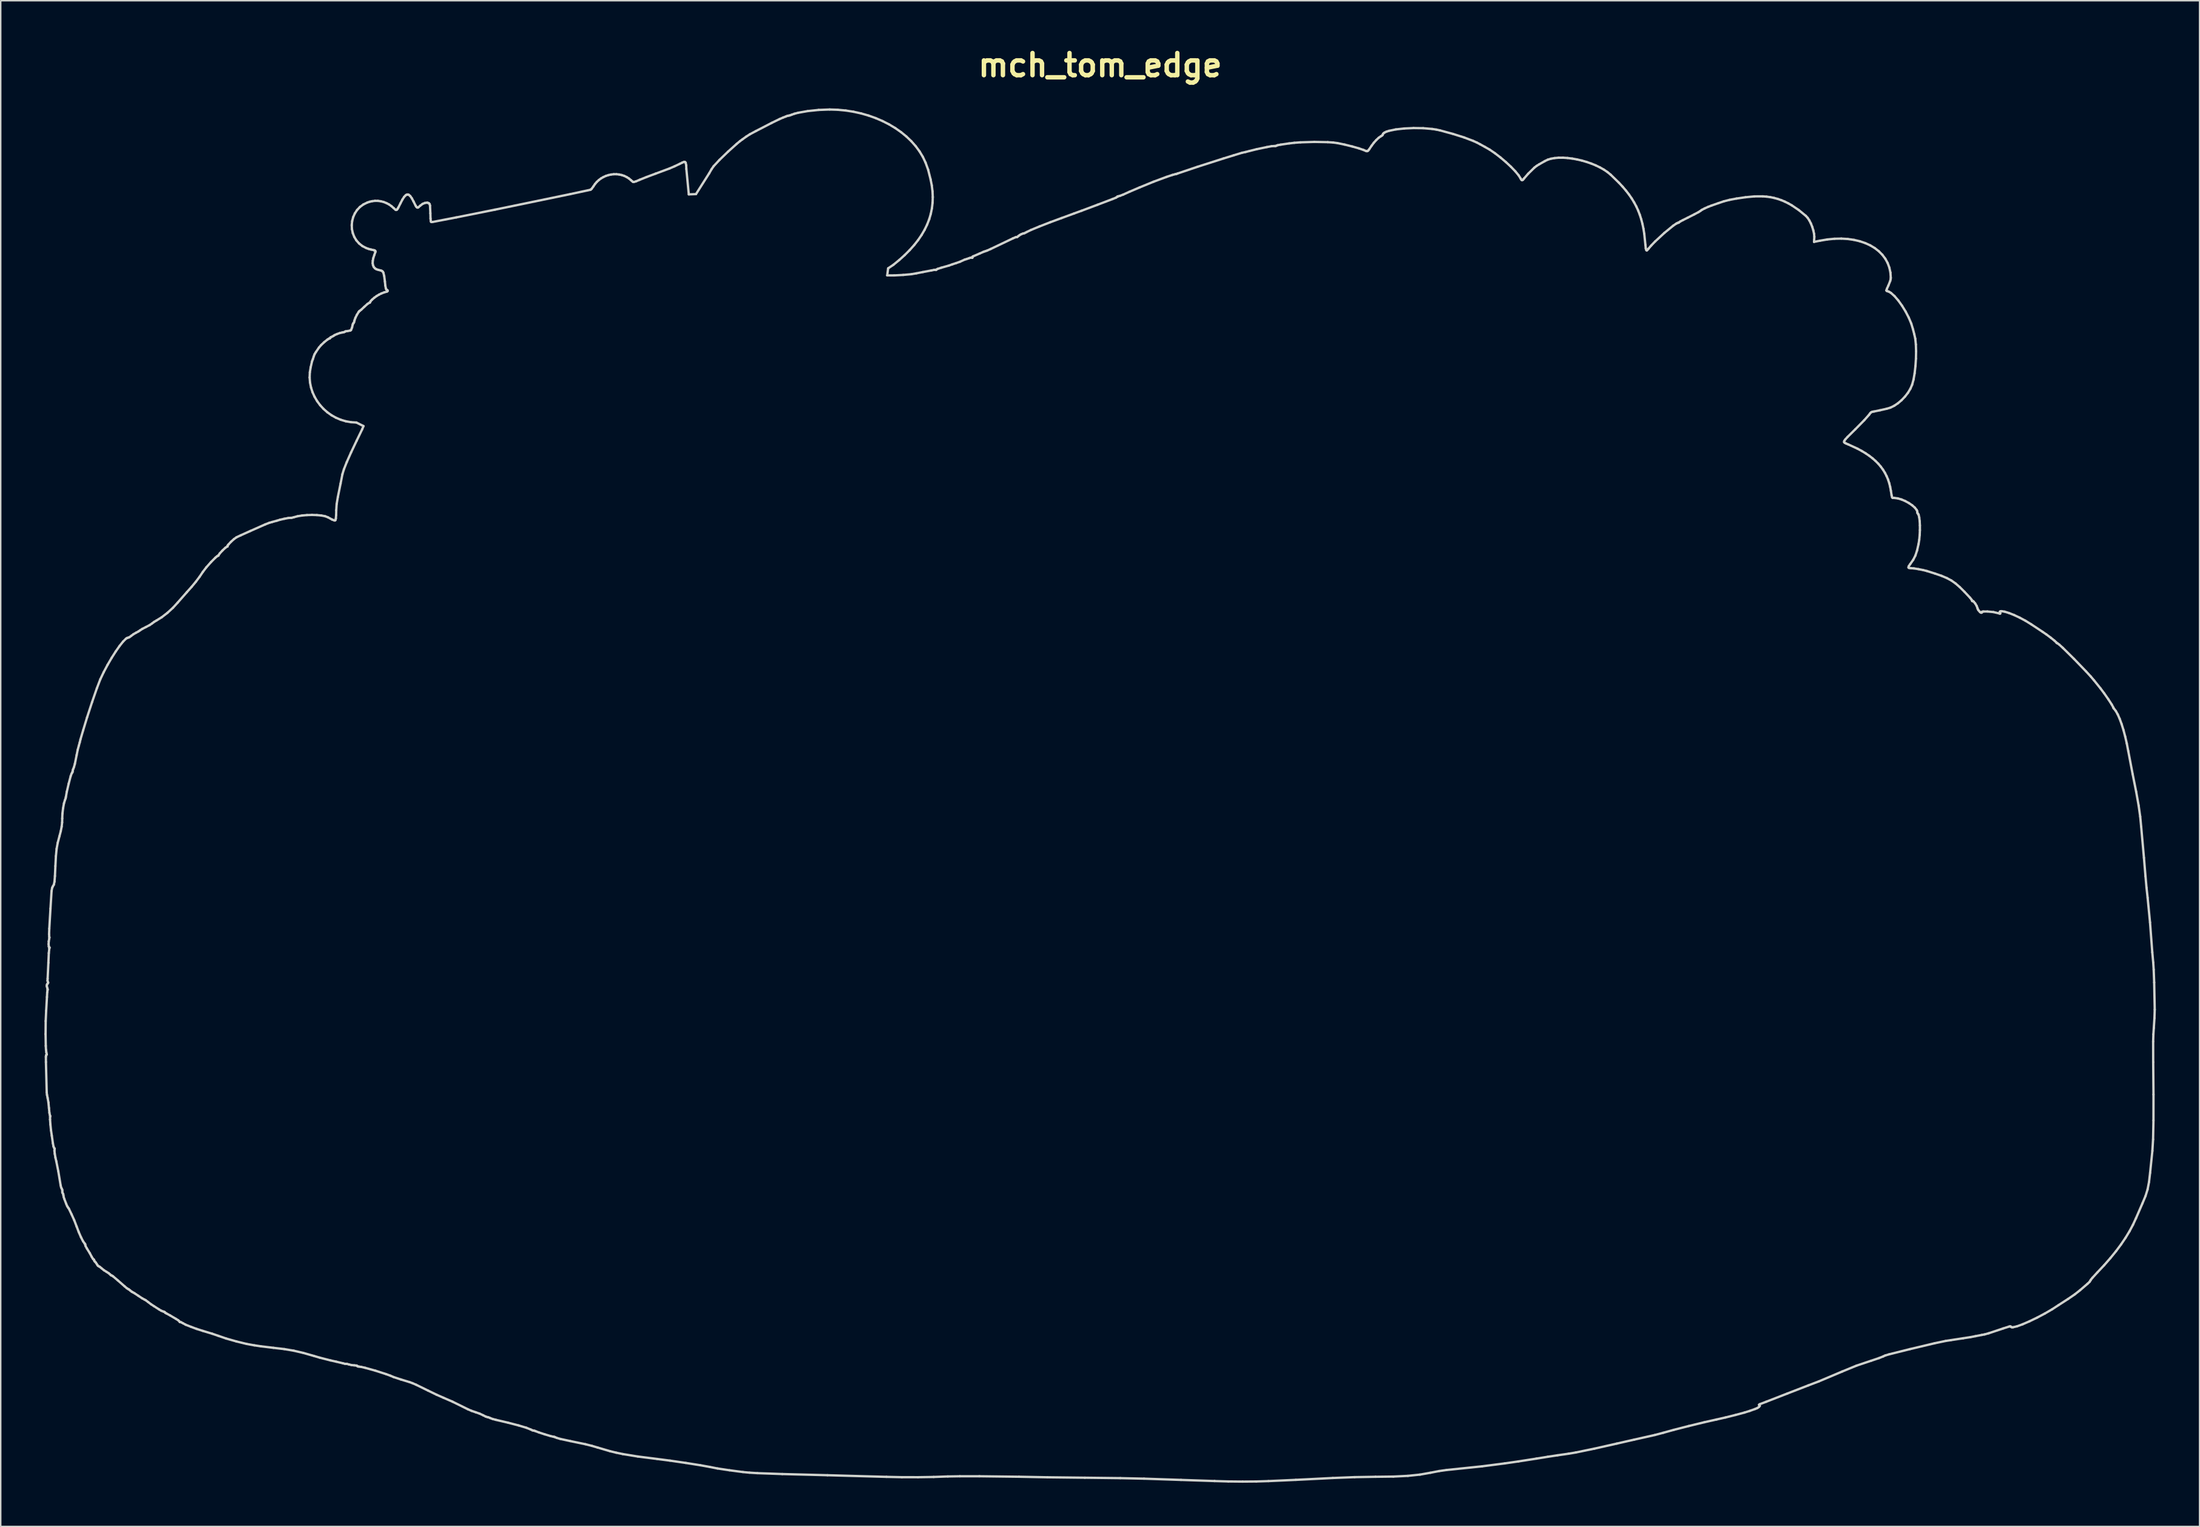
<source format=kicad_pcb>
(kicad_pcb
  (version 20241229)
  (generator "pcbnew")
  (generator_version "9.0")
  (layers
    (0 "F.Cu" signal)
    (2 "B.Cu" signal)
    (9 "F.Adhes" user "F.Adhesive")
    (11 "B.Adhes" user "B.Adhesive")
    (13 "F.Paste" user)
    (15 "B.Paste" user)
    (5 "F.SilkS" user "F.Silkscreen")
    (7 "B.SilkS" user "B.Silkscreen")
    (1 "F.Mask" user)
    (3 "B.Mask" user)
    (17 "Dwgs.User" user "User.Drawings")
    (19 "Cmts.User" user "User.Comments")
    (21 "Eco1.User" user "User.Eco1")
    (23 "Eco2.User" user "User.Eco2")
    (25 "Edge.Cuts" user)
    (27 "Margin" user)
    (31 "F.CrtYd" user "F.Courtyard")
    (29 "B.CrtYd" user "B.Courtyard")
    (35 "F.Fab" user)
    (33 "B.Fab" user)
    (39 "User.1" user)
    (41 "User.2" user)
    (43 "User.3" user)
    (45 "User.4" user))
  (footprint "mch_tom_edge"
    (layer "F.Cu")
    (at 72.5 51.609)
    (property "Reference" "mch_tom_edge" (at 0 -50.183 0) (layer "F.SilkS") (effects (font (size 1.524 1.524) (thickness 0.305))))
    (attr exclude_from_pos_files exclude_from_bom)
    (fp_line (start -72.42 16.388) (end -72.412 15.489) (stroke (width 0.16) (type solid)) (layer "Edge.Cuts"))
    (fp_line (start -72.412 15.489) (end -72.38 14.786) (stroke (width 0.16) (type solid)) (layer "Edge.Cuts"))
    (fp_line (start -72.406 17.199) (end -72.42 16.388) (stroke (width 0.16) (type solid)) (layer "Edge.Cuts"))
    (fp_line (start -72.399 17.946) (end -72.388 17.855) (stroke (width 0.16) (type solid)) (layer "Edge.Cuts"))
    (fp_line (start -72.396 18.31) (end -72.399 17.946) (stroke (width 0.16) (type solid)) (layer "Edge.Cuts"))
    (fp_line (start -72.39 17.483) (end -72.406 17.199) (stroke (width 0.16) (type solid)) (layer "Edge.Cuts"))
    (fp_line (start -72.388 17.855) (end -72.368 17.82) (stroke (width 0.16) (type solid)) (layer "Edge.Cuts"))
    (fp_line (start -72.38 14.786) (end -72.325 13.846) (stroke (width 0.16) (type solid)) (layer "Edge.Cuts"))
    (fp_line (start -72.369 17.638) (end -72.39 17.483) (stroke (width 0.16) (type solid)) (layer "Edge.Cuts"))
    (fp_line (start -72.368 17.82) (end -72.348 17.804) (stroke (width 0.16) (type solid)) (layer "Edge.Cuts"))
    (fp_line (start -72.348 17.804) (end -72.342 17.771) (stroke (width 0.16) (type solid)) (layer "Edge.Cuts"))
    (fp_line (start -72.342 17.771) (end -72.369 17.638) (stroke (width 0.16) (type solid)) (layer "Edge.Cuts"))
    (fp_line (start -72.341 20.4) (end -72.396 18.31) (stroke (width 0.16) (type solid)) (layer "Edge.Cuts"))
    (fp_line (start -72.335 13.045) (end -72.318 12.972) (stroke (width 0.16) (type solid)) (layer "Edge.Cuts"))
    (fp_line (start -72.329 13.133) (end -72.335 13.045) (stroke (width 0.16) (type solid)) (layer "Edge.Cuts"))
    (fp_line (start -72.325 13.846) (end -72.308 13.518) (stroke (width 0.16) (type solid)) (layer "Edge.Cuts"))
    (fp_line (start -72.322 20.569) (end -72.341 20.4) (stroke (width 0.16) (type solid)) (layer "Edge.Cuts"))
    (fp_line (start -72.318 12.972) (end -72.277 12.913) (stroke (width 0.16) (type solid)) (layer "Edge.Cuts"))
    (fp_line (start -72.308 13.518) (end -72.285 13.366) (stroke (width 0.16) (type solid)) (layer "Edge.Cuts"))
    (fp_line (start -72.298 13.235) (end -72.329 13.133) (stroke (width 0.16) (type solid)) (layer "Edge.Cuts"))
    (fp_line (start -72.286 12.724) (end -72.279 12.58) (stroke (width 0.16) (type solid)) (layer "Edge.Cuts"))
    (fp_line (start -72.285 13.366) (end -72.278 13.317) (stroke (width 0.16) (type solid)) (layer "Edge.Cuts"))
    (fp_line (start -72.279 12.58) (end -72.227 11.487) (stroke (width 0.16) (type solid)) (layer "Edge.Cuts"))
    (fp_line (start -72.278 13.317) (end -72.298 13.235) (stroke (width 0.16) (type solid)) (layer "Edge.Cuts"))
    (fp_line (start -72.278 20.781) (end -72.322 20.569) (stroke (width 0.16) (type solid)) (layer "Edge.Cuts"))
    (fp_line (start -72.277 12.913) (end -72.242 12.856) (stroke (width 0.16) (type solid)) (layer "Edge.Cuts"))
    (fp_line (start -72.261 12.808) (end -72.286 12.724) (stroke (width 0.16) (type solid)) (layer "Edge.Cuts"))
    (fp_line (start -72.242 12.856) (end -72.261 12.808) (stroke (width 0.16) (type solid)) (layer "Edge.Cuts"))
    (fp_line (start -72.227 11.487) (end -72.198 10.823) (stroke (width 0.16) (type solid)) (layer "Edge.Cuts"))
    (fp_line (start -72.225 21.084) (end -72.278 20.781) (stroke (width 0.16) (type solid)) (layer "Edge.Cuts"))
    (fp_line (start -72.21 10.209) (end -72.202 10.018) (stroke (width 0.16) (type solid)) (layer "Edge.Cuts"))
    (fp_line (start -72.202 10.018) (end -72.172 9.85) (stroke (width 0.16) (type solid)) (layer "Edge.Cuts"))
    (fp_line (start -72.198 10.365) (end -72.21 10.209) (stroke (width 0.16) (type solid)) (layer "Edge.Cuts"))
    (fp_line (start -72.198 10.823) (end -72.163 10.504) (stroke (width 0.16) (type solid)) (layer "Edge.Cuts"))
    (fp_line (start -72.188 21.469) (end -72.225 21.084) (stroke (width 0.16) (type solid)) (layer "Edge.Cuts"))
    (fp_line (start -72.185 10.412) (end -72.198 10.365) (stroke (width 0.16) (type solid)) (layer "Edge.Cuts"))
    (fp_line (start -72.181 9.532) (end -72.165 9.14) (stroke (width 0.16) (type solid)) (layer "Edge.Cuts"))
    (fp_line (start -72.172 9.85) (end -72.155 9.751) (stroke (width 0.16) (type solid)) (layer "Edge.Cuts"))
    (fp_line (start -72.168 9.702) (end -72.181 9.532) (stroke (width 0.16) (type solid)) (layer "Edge.Cuts"))
    (fp_line (start -72.167 10.43) (end -72.185 10.412) (stroke (width 0.16) (type solid)) (layer "Edge.Cuts"))
    (fp_line (start -72.165 9.14) (end -72.084 7.765) (stroke (width 0.16) (type solid)) (layer "Edge.Cuts"))
    (fp_line (start -72.163 10.504) (end -72.145 10.449) (stroke (width 0.16) (type solid)) (layer "Edge.Cuts"))
    (fp_line (start -72.157 21.797) (end -72.188 21.469) (stroke (width 0.16) (type solid)) (layer "Edge.Cuts"))
    (fp_line (start -72.155 9.751) (end -72.168 9.702) (stroke (width 0.16) (type solid)) (layer "Edge.Cuts"))
    (fp_line (start -72.145 10.449) (end -72.167 10.43) (stroke (width 0.16) (type solid)) (layer "Edge.Cuts"))
    (fp_line (start -72.122 21.961) (end -72.157 21.797) (stroke (width 0.16) (type solid)) (layer "Edge.Cuts"))
    (fp_line (start -72.113 22.256) (end -72.11 22.078) (stroke (width 0.16) (type solid)) (layer "Edge.Cuts"))
    (fp_line (start -72.11 22.078) (end -72.102 22.015) (stroke (width 0.16) (type solid)) (layer "Edge.Cuts"))
    (fp_line (start -72.102 22.015) (end -72.122 21.961) (stroke (width 0.16) (type solid)) (layer "Edge.Cuts"))
    (fp_line (start -72.088 22.605) (end -72.113 22.256) (stroke (width 0.16) (type solid)) (layer "Edge.Cuts"))
    (fp_line (start -72.084 7.765) (end -72.009 6.564) (stroke (width 0.16) (type solid)) (layer "Edge.Cuts"))
    (fp_line (start -72.045 23.014) (end -72.088 22.605) (stroke (width 0.16) (type solid)) (layer "Edge.Cuts"))
    (fp_line (start -72.009 6.564) (end -71.972 6.348) (stroke (width 0.16) (type solid)) (layer "Edge.Cuts"))
    (fp_line (start -71.992 23.372) (end -72.045 23.014) (stroke (width 0.16) (type solid)) (layer "Edge.Cuts"))
    (fp_line (start -71.972 6.348) (end -71.921 6.242) (stroke (width 0.16) (type solid)) (layer "Edge.Cuts"))
    (fp_line (start -71.921 6.242) (end -71.851 6.119) (stroke (width 0.16) (type solid)) (layer "Edge.Cuts"))
    (fp_line (start -71.916 23.896) (end -71.992 23.372) (stroke (width 0.16) (type solid)) (layer "Edge.Cuts"))
    (fp_line (start -71.876 24.111) (end -71.916 23.896) (stroke (width 0.16) (type solid)) (layer "Edge.Cuts"))
    (fp_line (start -71.851 6.119) (end -71.808 5.917) (stroke (width 0.16) (type solid)) (layer "Edge.Cuts"))
    (fp_line (start -71.829 24.219) (end -71.876 24.111) (stroke (width 0.16) (type solid)) (layer "Edge.Cuts"))
    (fp_line (start -71.812 24.405) (end -71.805 24.296) (stroke (width 0.16) (type solid)) (layer "Edge.Cuts"))
    (fp_line (start -71.808 5.917) (end -71.777 5.529) (stroke (width 0.16) (type solid)) (layer "Edge.Cuts"))
    (fp_line (start -71.805 24.296) (end -71.801 24.255) (stroke (width 0.16) (type solid)) (layer "Edge.Cuts"))
    (fp_line (start -71.801 24.255) (end -71.829 24.219) (stroke (width 0.16) (type solid)) (layer "Edge.Cuts"))
    (fp_line (start -71.788 24.617) (end -71.812 24.405) (stroke (width 0.16) (type solid)) (layer "Edge.Cuts"))
    (fp_line (start -71.777 5.529) (end -71.746 4.845) (stroke (width 0.16) (type solid)) (layer "Edge.Cuts"))
    (fp_line (start -71.746 4.845) (end -71.71 4.16) (stroke (width 0.16) (type solid)) (layer "Edge.Cuts"))
    (fp_line (start -71.743 24.876) (end -71.788 24.617) (stroke (width 0.16) (type solid)) (layer "Edge.Cuts"))
    (fp_line (start -71.71 4.16) (end -71.662 3.662) (stroke (width 0.16) (type solid)) (layer "Edge.Cuts"))
    (fp_line (start -71.684 25.128) (end -71.743 24.876) (stroke (width 0.16) (type solid)) (layer "Edge.Cuts"))
    (fp_line (start -71.662 3.662) (end -71.586 3.244) (stroke (width 0.16) (type solid)) (layer "Edge.Cuts"))
    (fp_line (start -71.586 3.244) (end -71.468 2.795) (stroke (width 0.16) (type solid)) (layer "Edge.Cuts"))
    (fp_line (start -71.546 25.817) (end -71.684 25.128) (stroke (width 0.16) (type solid)) (layer "Edge.Cuts"))
    (fp_line (start -71.468 2.795) (end -71.376 2.444) (stroke (width 0.16) (type solid)) (layer "Edge.Cuts"))
    (fp_line (start -71.384 26.79) (end -71.546 25.817) (stroke (width 0.16) (type solid)) (layer "Edge.Cuts"))
    (fp_line (start -71.376 2.444) (end -71.315 2.135) (stroke (width 0.16) (type solid)) (layer "Edge.Cuts"))
    (fp_line (start -71.35 26.932) (end -71.384 26.79) (stroke (width 0.16) (type solid)) (layer "Edge.Cuts"))
    (fp_line (start -71.315 2.135) (end -71.283 1.851) (stroke (width 0.16) (type solid)) (layer "Edge.Cuts"))
    (fp_line (start -71.306 27.019) (end -71.35 26.932) (stroke (width 0.16) (type solid)) (layer "Edge.Cuts"))
    (fp_line (start -71.283 1.851) (end -71.276 1.574) (stroke (width 0.16) (type solid)) (layer "Edge.Cuts"))
    (fp_line (start -71.276 1.574) (end -71.263 1.245) (stroke (width 0.16) (type solid)) (layer "Edge.Cuts"))
    (fp_line (start -71.275 27.087) (end -71.306 27.019) (stroke (width 0.16) (type solid)) (layer "Edge.Cuts"))
    (fp_line (start -71.272 27.181) (end -71.275 27.087) (stroke (width 0.16) (type solid)) (layer "Edge.Cuts"))
    (fp_line (start -71.27 27.271) (end -71.272 27.181) (stroke (width 0.16) (type solid)) (layer "Edge.Cuts"))
    (fp_line (start -71.263 1.245) (end -71.218 0.869) (stroke (width 0.16) (type solid)) (layer "Edge.Cuts"))
    (fp_line (start -71.242 27.324) (end -71.27 27.271) (stroke (width 0.16) (type solid)) (layer "Edge.Cuts"))
    (fp_line (start -71.218 0.869) (end -71.156 0.529) (stroke (width 0.16) (type solid)) (layer "Edge.Cuts"))
    (fp_line (start -71.21 27.376) (end -71.242 27.324) (stroke (width 0.16) (type solid)) (layer "Edge.Cuts"))
    (fp_line (start -71.196 27.461) (end -71.21 27.376) (stroke (width 0.16) (type solid)) (layer "Edge.Cuts"))
    (fp_line (start -71.179 27.576) (end -71.196 27.461) (stroke (width 0.16) (type solid)) (layer "Edge.Cuts"))
    (fp_line (start -71.156 0.529) (end -71.087 0.304) (stroke (width 0.16) (type solid)) (layer "Edge.Cuts"))
    (fp_line (start -71.138 27.701) (end -71.179 27.576) (stroke (width 0.16) (type solid)) (layer "Edge.Cuts"))
    (fp_line (start -71.087 0.304) (end -71.044 0.194) (stroke (width 0.16) (type solid)) (layer "Edge.Cuts"))
    (fp_line (start -71.044 0.194) (end -71.027 0.101) (stroke (width 0.16) (type solid)) (layer "Edge.Cuts"))
    (fp_line (start -71.027 0.101) (end -70.961 -0.263) (stroke (width 0.16) (type solid)) (layer "Edge.Cuts"))
    (fp_line (start -71.006 28.046) (end -71.138 27.701) (stroke (width 0.16) (type solid)) (layer "Edge.Cuts"))
    (fp_line (start -70.961 -0.263) (end -70.832 -0.821) (stroke (width 0.16) (type solid)) (layer "Edge.Cuts"))
    (fp_line (start -70.938 28.208) (end -71.006 28.046) (stroke (width 0.16) (type solid)) (layer "Edge.Cuts"))
    (fp_line (start -70.88 28.3) (end -70.938 28.208) (stroke (width 0.16) (type solid)) (layer "Edge.Cuts"))
    (fp_line (start -70.832 -0.821) (end -70.695 -1.342) (stroke (width 0.16) (type solid)) (layer "Edge.Cuts"))
    (fp_line (start -70.825 28.375) (end -70.88 28.3) (stroke (width 0.16) (type solid)) (layer "Edge.Cuts"))
    (fp_line (start -70.695 -1.342) (end -70.64 -1.497) (stroke (width 0.16) (type solid)) (layer "Edge.Cuts"))
    (fp_line (start -70.64 -1.497) (end -70.6 -1.564) (stroke (width 0.16) (type solid)) (layer "Edge.Cuts"))
    (fp_line (start -70.633 28.777) (end -70.825 28.375) (stroke (width 0.16) (type solid)) (layer "Edge.Cuts"))
    (fp_line (start -70.6 -1.564) (end -70.573 -1.605) (stroke (width 0.16) (type solid)) (layer "Edge.Cuts"))
    (fp_line (start -70.573 -1.605) (end -70.562 -1.67) (stroke (width 0.16) (type solid)) (layer "Edge.Cuts"))
    (fp_line (start -70.562 -1.67) (end -70.55 -1.75) (stroke (width 0.16) (type solid)) (layer "Edge.Cuts"))
    (fp_line (start -70.55 -1.75) (end -70.521 -1.826) (stroke (width 0.16) (type solid)) (layer "Edge.Cuts"))
    (fp_line (start -70.521 -1.826) (end -70.468 -1.961) (stroke (width 0.16) (type solid)) (layer "Edge.Cuts"))
    (fp_line (start -70.468 -1.961) (end -70.408 -2.178) (stroke (width 0.16) (type solid)) (layer "Edge.Cuts"))
    (fp_line (start -70.454 29.174) (end -70.633 28.777) (stroke (width 0.16) (type solid)) (layer "Edge.Cuts"))
    (fp_line (start -70.408 -2.178) (end -70.286 -2.782) (stroke (width 0.16) (type solid)) (layer "Edge.Cuts"))
    (fp_line (start -70.286 29.611) (end -70.454 29.174) (stroke (width 0.16) (type solid)) (layer "Edge.Cuts"))
    (fp_line (start -70.286 -2.782) (end -70.213 -3.143) (stroke (width 0.16) (type solid)) (layer "Edge.Cuts"))
    (fp_line (start -70.213 -3.143) (end -70.137 -3.427) (stroke (width 0.16) (type solid)) (layer "Edge.Cuts"))
    (fp_line (start -70.142 29.994) (end -70.286 29.611) (stroke (width 0.16) (type solid)) (layer "Edge.Cuts"))
    (fp_line (start -70.137 -3.427) (end -70.073 -3.655) (stroke (width 0.16) (type solid)) (layer "Edge.Cuts"))
    (fp_line (start -70.073 -3.655) (end -70.025 -3.856) (stroke (width 0.16) (type solid)) (layer "Edge.Cuts"))
    (fp_line (start -70.025 -3.856) (end -69.841 -4.48) (stroke (width 0.16) (type solid)) (layer "Edge.Cuts"))
    (fp_line (start -69.987 30.349) (end -70.142 29.994) (stroke (width 0.16) (type solid)) (layer "Edge.Cuts"))
    (fp_line (start -69.846 30.624) (end -69.987 30.349) (stroke (width 0.16) (type solid)) (layer "Edge.Cuts"))
    (fp_line (start -69.841 -4.48) (end -69.572 -5.366) (stroke (width 0.16) (type solid)) (layer "Edge.Cuts"))
    (fp_line (start -69.741 30.771) (end -69.846 30.624) (stroke (width 0.16) (type solid)) (layer "Edge.Cuts"))
    (fp_line (start -69.701 30.821) (end -69.741 30.771) (stroke (width 0.16) (type solid)) (layer "Edge.Cuts"))
    (fp_line (start -69.697 30.863) (end -69.701 30.821) (stroke (width 0.16) (type solid)) (layer "Edge.Cuts"))
    (fp_line (start -69.672 30.955) (end -69.697 30.863) (stroke (width 0.16) (type solid)) (layer "Edge.Cuts"))
    (fp_line (start -69.58 31.123) (end -69.672 30.955) (stroke (width 0.16) (type solid)) (layer "Edge.Cuts"))
    (fp_line (start -69.572 -5.366) (end -69.228 -6.417) (stroke (width 0.16) (type solid)) (layer "Edge.Cuts"))
    (fp_line (start -69.38 31.447) (end -69.58 31.123) (stroke (width 0.16) (type solid)) (layer "Edge.Cuts"))
    (fp_line (start -69.249 31.694) (end -69.38 31.447) (stroke (width 0.16) (type solid)) (layer "Edge.Cuts"))
    (fp_line (start -69.228 -6.417) (end -68.896 -7.376) (stroke (width 0.16) (type solid)) (layer "Edge.Cuts"))
    (fp_line (start -69.173 31.821) (end -69.249 31.694) (stroke (width 0.16) (type solid)) (layer "Edge.Cuts"))
    (fp_line (start -69.12 31.874) (end -69.173 31.821) (stroke (width 0.16) (type solid)) (layer "Edge.Cuts"))
    (fp_line (start -69.093 31.892) (end -69.12 31.874) (stroke (width 0.16) (type solid)) (layer "Edge.Cuts"))
    (fp_line (start -69.081 31.935) (end -69.093 31.892) (stroke (width 0.16) (type solid)) (layer "Edge.Cuts"))
    (fp_line (start -69.064 31.988) (end -69.081 31.935) (stroke (width 0.16) (type solid)) (layer "Edge.Cuts"))
    (fp_line (start -69.023 32.03) (end -69.064 31.988) (stroke (width 0.16) (type solid)) (layer "Edge.Cuts"))
    (fp_line (start -68.962 32.095) (end -69.023 32.03) (stroke (width 0.16) (type solid)) (layer "Edge.Cuts"))
    (fp_line (start -68.896 -7.376) (end -68.661 -7.989) (stroke (width 0.16) (type solid)) (layer "Edge.Cuts"))
    (fp_line (start -68.896 32.202) (end -68.962 32.095) (stroke (width 0.16) (type solid)) (layer "Edge.Cuts"))
    (fp_line (start -68.831 32.299) (end -68.896 32.202) (stroke (width 0.16) (type solid)) (layer "Edge.Cuts"))
    (fp_line (start -68.775 32.339) (end -68.831 32.299) (stroke (width 0.16) (type solid)) (layer "Edge.Cuts"))
    (fp_line (start -68.696 32.381) (end -68.775 32.339) (stroke (width 0.16) (type solid)) (layer "Edge.Cuts"))
    (fp_line (start -68.661 -7.989) (end -68.427 -8.481) (stroke (width 0.16) (type solid)) (layer "Edge.Cuts"))
    (fp_line (start -68.575 32.481) (end -68.696 32.381) (stroke (width 0.16) (type solid)) (layer "Edge.Cuts"))
    (fp_line (start -68.427 -8.481) (end -68.163 -8.978) (stroke (width 0.16) (type solid)) (layer "Edge.Cuts"))
    (fp_line (start -68.414 32.611) (end -68.575 32.481) (stroke (width 0.16) (type solid)) (layer "Edge.Cuts"))
    (fp_line (start -68.235 32.724) (end -68.414 32.611) (stroke (width 0.16) (type solid)) (layer "Edge.Cuts"))
    (fp_line (start -68.163 -8.978) (end -67.883 -9.459) (stroke (width 0.16) (type solid)) (layer "Edge.Cuts"))
    (fp_line (start -68.085 32.818) (end -68.235 32.724) (stroke (width 0.16) (type solid)) (layer "Edge.Cuts"))
    (fp_line (start -67.99 32.899) (end -68.085 32.818) (stroke (width 0.16) (type solid)) (layer "Edge.Cuts"))
    (fp_line (start -67.939 32.952) (end -67.99 32.899) (stroke (width 0.16) (type solid)) (layer "Edge.Cuts"))
    (fp_line (start -67.895 32.973) (end -67.939 32.952) (stroke (width 0.16) (type solid)) (layer "Edge.Cuts"))
    (fp_line (start -67.883 -9.459) (end -67.603 -9.9) (stroke (width 0.16) (type solid)) (layer "Edge.Cuts"))
    (fp_line (start -67.845 32.992) (end -67.895 32.973) (stroke (width 0.16) (type solid)) (layer "Edge.Cuts"))
    (fp_line (start -67.781 33.037) (end -67.845 32.992) (stroke (width 0.16) (type solid)) (layer "Edge.Cuts"))
    (fp_line (start -67.603 -9.9) (end -67.336 -10.281) (stroke (width 0.16) (type solid)) (layer "Edge.Cuts"))
    (fp_line (start -67.453 33.315) (end -67.781 33.037) (stroke (width 0.16) (type solid)) (layer "Edge.Cuts"))
    (fp_line (start -67.336 -10.281) (end -67.097 -10.58) (stroke (width 0.16) (type solid)) (layer "Edge.Cuts"))
    (fp_line (start -67.097 -10.58) (end -66.9 -10.775) (stroke (width 0.16) (type solid)) (layer "Edge.Cuts"))
    (fp_line (start -66.995 33.717) (end -67.453 33.315) (stroke (width 0.16) (type solid)) (layer "Edge.Cuts"))
    (fp_line (start -66.9 -10.775) (end -66.822 -10.827) (stroke (width 0.16) (type solid)) (layer "Edge.Cuts"))
    (fp_line (start -66.84 33.849) (end -66.995 33.717) (stroke (width 0.16) (type solid)) (layer "Edge.Cuts"))
    (fp_line (start -66.822 -10.827) (end -66.76 -10.845) (stroke (width 0.16) (type solid)) (layer "Edge.Cuts"))
    (fp_line (start -66.76 -10.845) (end -66.66 -10.882) (stroke (width 0.16) (type solid)) (layer "Edge.Cuts"))
    (fp_line (start -66.754 33.904) (end -66.84 33.849) (stroke (width 0.16) (type solid)) (layer "Edge.Cuts"))
    (fp_line (start -66.694 33.935) (end -66.754 33.904) (stroke (width 0.16) (type solid)) (layer "Edge.Cuts"))
    (fp_line (start -66.66 -10.882) (end -66.537 -10.972) (stroke (width 0.16) (type solid)) (layer "Edge.Cuts"))
    (fp_line (start -66.603 34.01) (end -66.694 33.935) (stroke (width 0.16) (type solid)) (layer "Edge.Cuts"))
    (fp_line (start -66.537 -10.972) (end -66.383 -11.087) (stroke (width 0.16) (type solid)) (layer "Edge.Cuts"))
    (fp_line (start -66.512 34.084) (end -66.603 34.01) (stroke (width 0.16) (type solid)) (layer "Edge.Cuts"))
    (fp_line (start -66.453 34.115) (end -66.512 34.084) (stroke (width 0.16) (type solid)) (layer "Edge.Cuts"))
    (fp_line (start -66.383 -11.087) (end -66.207 -11.187) (stroke (width 0.16) (type solid)) (layer "Edge.Cuts"))
    (fp_line (start -66.319 34.19) (end -66.453 34.115) (stroke (width 0.16) (type solid)) (layer "Edge.Cuts"))
    (fp_line (start -66.207 -11.187) (end -66.046 -11.273) (stroke (width 0.16) (type solid)) (layer "Edge.Cuts"))
    (fp_line (start -66.05 34.369) (end -66.319 34.19) (stroke (width 0.16) (type solid)) (layer "Edge.Cuts"))
    (fp_line (start -66.046 -11.273) (end -65.93 -11.353) (stroke (width 0.16) (type solid)) (layer "Edge.Cuts"))
    (fp_line (start -65.93 -11.353) (end -65.777 -11.451) (stroke (width 0.16) (type solid)) (layer "Edge.Cuts"))
    (fp_line (start -65.778 34.548) (end -66.05 34.369) (stroke (width 0.16) (type solid)) (layer "Edge.Cuts"))
    (fp_line (start -65.777 -11.451) (end -65.528 -11.578) (stroke (width 0.16) (type solid)) (layer "Edge.Cuts"))
    (fp_line (start -65.637 34.623) (end -65.778 34.548) (stroke (width 0.16) (type solid)) (layer "Edge.Cuts"))
    (fp_line (start -65.543 34.674) (end -65.637 34.623) (stroke (width 0.16) (type solid)) (layer "Edge.Cuts"))
    (fp_line (start -65.528 -11.578) (end -65.273 -11.712) (stroke (width 0.16) (type solid)) (layer "Edge.Cuts"))
    (fp_line (start -65.382 34.795) (end -65.543 34.674) (stroke (width 0.16) (type solid)) (layer "Edge.Cuts"))
    (fp_line (start -65.273 -11.712) (end -65.105 -11.826) (stroke (width 0.16) (type solid)) (layer "Edge.Cuts"))
    (fp_line (start -65.178 34.95) (end -65.382 34.795) (stroke (width 0.16) (type solid)) (layer "Edge.Cuts"))
    (fp_line (start -65.105 -11.826) (end -64.975 -11.926) (stroke (width 0.16) (type solid)) (layer "Edge.Cuts"))
    (fp_line (start -64.981 35.079) (end -65.178 34.95) (stroke (width 0.16) (type solid)) (layer "Edge.Cuts"))
    (fp_line (start -64.975 -11.926) (end -64.809 -12.024) (stroke (width 0.16) (type solid)) (layer "Edge.Cuts"))
    (fp_line (start -64.809 -12.024) (end -64.447 -12.248) (stroke (width 0.16) (type solid)) (layer "Edge.Cuts"))
    (fp_line (start -64.627 35.306) (end -64.981 35.079) (stroke (width 0.16) (type solid)) (layer "Edge.Cuts"))
    (fp_line (start -64.477 35.395) (end -64.627 35.306) (stroke (width 0.16) (type solid)) (layer "Edge.Cuts"))
    (fp_line (start -64.447 -12.248) (end -64.051 -12.554) (stroke (width 0.16) (type solid)) (layer "Edge.Cuts"))
    (fp_line (start -64.342 35.448) (end -64.477 35.395) (stroke (width 0.16) (type solid)) (layer "Edge.Cuts"))
    (fp_line (start -64.254 35.478) (end -64.342 35.448) (stroke (width 0.16) (type solid)) (layer "Edge.Cuts"))
    (fp_line (start -64.217 35.512) (end -64.254 35.478) (stroke (width 0.16) (type solid)) (layer "Edge.Cuts"))
    (fp_line (start -64.191 35.545) (end -64.217 35.512) (stroke (width 0.16) (type solid)) (layer "Edge.Cuts"))
    (fp_line (start -64.129 35.576) (end -64.191 35.545) (stroke (width 0.16) (type solid)) (layer "Edge.Cuts"))
    (fp_line (start -64.051 -12.554) (end -63.67 -12.904) (stroke (width 0.16) (type solid)) (layer "Edge.Cuts"))
    (fp_line (start -63.864 35.722) (end -64.129 35.576) (stroke (width 0.16) (type solid)) (layer "Edge.Cuts"))
    (fp_line (start -63.67 -12.904) (end -63.349 -13.256) (stroke (width 0.16) (type solid)) (layer "Edge.Cuts"))
    (fp_line (start -63.47 35.953) (end -63.864 35.722) (stroke (width 0.16) (type solid)) (layer "Edge.Cuts"))
    (fp_line (start -63.349 -13.256) (end -62.717 -13.975) (stroke (width 0.16) (type solid)) (layer "Edge.Cuts"))
    (fp_line (start -63.308 36.053) (end -63.47 35.953) (stroke (width 0.16) (type solid)) (layer "Edge.Cuts"))
    (fp_line (start -63.226 36.133) (end -63.308 36.053) (stroke (width 0.16) (type solid)) (layer "Edge.Cuts"))
    (fp_line (start -63.2 36.173) (end -63.226 36.133) (stroke (width 0.16) (type solid)) (layer "Edge.Cuts"))
    (fp_line (start -63.175 36.175) (end -63.2 36.173) (stroke (width 0.16) (type solid)) (layer "Edge.Cuts"))
    (fp_line (start -63.11 36.188) (end -63.175 36.175) (stroke (width 0.16) (type solid)) (layer "Edge.Cuts"))
    (fp_line (start -62.987 36.254) (end -63.11 36.188) (stroke (width 0.16) (type solid)) (layer "Edge.Cuts"))
    (fp_line (start -62.799 36.357) (end -62.987 36.254) (stroke (width 0.16) (type solid)) (layer "Edge.Cuts"))
    (fp_line (start -62.717 -13.975) (end -62.39 -14.341) (stroke (width 0.16) (type solid)) (layer "Edge.Cuts"))
    (fp_line (start -62.428 36.503) (end -62.799 36.357) (stroke (width 0.16) (type solid)) (layer "Edge.Cuts"))
    (fp_line (start -62.39 -14.341) (end -62.102 -14.689) (stroke (width 0.16) (type solid)) (layer "Edge.Cuts"))
    (fp_line (start -62.102 -14.689) (end -61.847 -15.029) (stroke (width 0.16) (type solid)) (layer "Edge.Cuts"))
    (fp_line (start -62.046 36.645) (end -62.428 36.503) (stroke (width 0.16) (type solid)) (layer "Edge.Cuts"))
    (fp_line (start -61.847 -15.029) (end -61.616 -15.371) (stroke (width 0.16) (type solid)) (layer "Edge.Cuts"))
    (fp_line (start -61.616 -15.371) (end -61.383 -15.676) (stroke (width 0.16) (type solid)) (layer "Edge.Cuts"))
    (fp_line (start -61.616 36.782) (end -62.046 36.645) (stroke (width 0.16) (type solid)) (layer "Edge.Cuts"))
    (fp_line (start -61.383 -15.676) (end -61.061 -16.04) (stroke (width 0.16) (type solid)) (layer "Edge.Cuts"))
    (fp_line (start -61.061 -16.04) (end -60.759 -16.343) (stroke (width 0.16) (type solid)) (layer "Edge.Cuts"))
    (fp_line (start -60.975 36.976) (end -61.616 36.782) (stroke (width 0.16) (type solid)) (layer "Edge.Cuts"))
    (fp_line (start -60.759 -16.343) (end -60.65 -16.436) (stroke (width 0.16) (type solid)) (layer "Edge.Cuts"))
    (fp_line (start -60.65 -16.436) (end -60.587 -16.471) (stroke (width 0.16) (type solid)) (layer "Edge.Cuts"))
    (fp_line (start -60.587 -16.471) (end -60.552 -16.485) (stroke (width 0.16) (type solid)) (layer "Edge.Cuts"))
    (fp_line (start -60.558 37.119) (end -60.975 36.976) (stroke (width 0.16) (type solid)) (layer "Edge.Cuts"))
    (fp_line (start -60.552 -16.485) (end -60.537 -16.519) (stroke (width 0.16) (type solid)) (layer "Edge.Cuts"))
    (fp_line (start -60.537 -16.519) (end -60.456 -16.639) (stroke (width 0.16) (type solid)) (layer "Edge.Cuts"))
    (fp_line (start -60.456 -16.639) (end -60.272 -16.838) (stroke (width 0.16) (type solid)) (layer "Edge.Cuts"))
    (fp_line (start -60.272 -16.838) (end -60.075 -17.023) (stroke (width 0.16) (type solid)) (layer "Edge.Cuts"))
    (fp_line (start -60.075 -17.023) (end -59.955 -17.105) (stroke (width 0.16) (type solid)) (layer "Edge.Cuts"))
    (fp_line (start -60.02 37.305) (end -60.558 37.119) (stroke (width 0.16) (type solid)) (layer "Edge.Cuts"))
    (fp_line (start -59.955 -17.105) (end -59.922 -17.116) (stroke (width 0.16) (type solid)) (layer "Edge.Cuts"))
    (fp_line (start -59.922 -17.144) (end -59.912 -17.181) (stroke (width 0.16) (type solid)) (layer "Edge.Cuts"))
    (fp_line (start -59.922 -17.116) (end -59.922 -17.144) (stroke (width 0.16) (type solid)) (layer "Edge.Cuts"))
    (fp_line (start -59.912 -17.181) (end -59.863 -17.247) (stroke (width 0.16) (type solid)) (layer "Edge.Cuts"))
    (fp_line (start -59.863 -17.247) (end -59.691 -17.432) (stroke (width 0.16) (type solid)) (layer "Edge.Cuts"))
    (fp_line (start -59.691 -17.432) (end -59.479 -17.623) (stroke (width 0.16) (type solid)) (layer "Edge.Cuts"))
    (fp_line (start -59.479 -17.623) (end -59.304 -17.747) (stroke (width 0.16) (type solid)) (layer "Edge.Cuts"))
    (fp_line (start -59.318 37.505) (end -60.02 37.305) (stroke (width 0.16) (type solid)) (layer "Edge.Cuts"))
    (fp_line (start -59.304 -17.747) (end -59.015 -17.881) (stroke (width 0.16) (type solid)) (layer "Edge.Cuts"))
    (fp_line (start -59.015 -17.881) (end -58.359 -18.177) (stroke (width 0.16) (type solid)) (layer "Edge.Cuts"))
    (fp_line (start -58.618 37.676) (end -59.318 37.505) (stroke (width 0.16) (type solid)) (layer "Edge.Cuts"))
    (fp_line (start -58.359 -18.177) (end -57.339 -18.629) (stroke (width 0.16) (type solid)) (layer "Edge.Cuts"))
    (fp_line (start -58.084 37.773) (end -58.618 37.676) (stroke (width 0.16) (type solid)) (layer "Edge.Cuts"))
    (fp_line (start -57.64 37.839) (end -58.084 37.773) (stroke (width 0.16) (type solid)) (layer "Edge.Cuts"))
    (fp_line (start -57.339 -18.629) (end -57.057 -18.738) (stroke (width 0.16) (type solid)) (layer "Edge.Cuts"))
    (fp_line (start -57.057 -18.738) (end -56.858 -18.796) (stroke (width 0.16) (type solid)) (layer "Edge.Cuts"))
    (fp_line (start -56.858 -18.796) (end -56.54 -18.883) (stroke (width 0.16) (type solid)) (layer "Edge.Cuts"))
    (fp_line (start -56.773 37.944) (end -57.64 37.839) (stroke (width 0.16) (type solid)) (layer "Edge.Cuts"))
    (fp_line (start -56.54 -18.883) (end -56.328 -18.947) (stroke (width 0.16) (type solid)) (layer "Edge.Cuts"))
    (fp_line (start -56.328 -18.947) (end -56.032 -19.016) (stroke (width 0.16) (type solid)) (layer "Edge.Cuts"))
    (fp_line (start -56.032 -19.016) (end -55.758 -19.068) (stroke (width 0.16) (type solid)) (layer "Edge.Cuts"))
    (fp_line (start -56.028 38.031) (end -56.773 37.944) (stroke (width 0.16) (type solid)) (layer "Edge.Cuts"))
    (fp_line (start -55.758 -19.068) (end -55.615 -19.08) (stroke (width 0.16) (type solid)) (layer "Edge.Cuts"))
    (fp_line (start -55.615 -19.08) (end -55.519 -19.083) (stroke (width 0.16) (type solid)) (layer "Edge.Cuts"))
    (fp_line (start -55.519 -19.083) (end -55.372 -19.122) (stroke (width 0.16) (type solid)) (layer "Edge.Cuts"))
    (fp_line (start -55.375 38.142) (end -56.028 38.031) (stroke (width 0.16) (type solid)) (layer "Edge.Cuts"))
    (fp_line (start -55.372 -19.122) (end -55.114 -19.191) (stroke (width 0.16) (type solid)) (layer "Edge.Cuts"))
    (fp_line (start -55.114 -19.191) (end -54.807 -19.24) (stroke (width 0.16) (type solid)) (layer "Edge.Cuts"))
    (fp_line (start -54.807 -19.24) (end -54.47 -19.27) (stroke (width 0.16) (type solid)) (layer "Edge.Cuts"))
    (fp_line (start -54.723 38.294) (end -55.375 38.142) (stroke (width 0.16) (type solid)) (layer "Edge.Cuts"))
    (fp_line (start -54.47 -19.27) (end -54.123 -19.28) (stroke (width 0.16) (type solid)) (layer "Edge.Cuts"))
    (fp_line (start -54.287 -28.724) (end -54.273 -29.078) (stroke (width 0.16) (type solid)) (layer "Edge.Cuts"))
    (fp_line (start -54.273 -29.078) (end -54.213 -29.434) (stroke (width 0.16) (type solid)) (layer "Edge.Cuts"))
    (fp_line (start -54.26 -28.376) (end -54.287 -28.724) (stroke (width 0.16) (type solid)) (layer "Edge.Cuts"))
    (fp_line (start -54.213 -29.434) (end -54.121 -29.836) (stroke (width 0.16) (type solid)) (layer "Edge.Cuts"))
    (fp_line (start -54.192 -28.037) (end -54.26 -28.376) (stroke (width 0.16) (type solid)) (layer "Edge.Cuts"))
    (fp_line (start -54.123 -19.28) (end -53.787 -19.27) (stroke (width 0.16) (type solid)) (layer "Edge.Cuts"))
    (fp_line (start -54.121 -29.836) (end -54.065 -29.984) (stroke (width 0.16) (type solid)) (layer "Edge.Cuts"))
    (fp_line (start -54.087 -27.709) (end -54.192 -28.037) (stroke (width 0.16) (type solid)) (layer "Edge.Cuts"))
    (fp_line (start -54.065 -29.984) (end -54.002 -30.174) (stroke (width 0.16) (type solid)) (layer "Edge.Cuts"))
    (fp_line (start -54.002 -30.174) (end -53.947 -30.322) (stroke (width 0.16) (type solid)) (layer "Edge.Cuts"))
    (fp_line (start -53.981 38.506) (end -54.723 38.294) (stroke (width 0.16) (type solid)) (layer "Edge.Cuts"))
    (fp_line (start -53.947 -30.322) (end -53.857 -30.47) (stroke (width 0.16) (type solid)) (layer "Edge.Cuts"))
    (fp_line (start -53.945 -27.395) (end -54.087 -27.709) (stroke (width 0.16) (type solid)) (layer "Edge.Cuts"))
    (fp_line (start -53.857 -30.47) (end -53.646 -30.779) (stroke (width 0.16) (type solid)) (layer "Edge.Cuts"))
    (fp_line (start -53.787 -19.27) (end -53.481 -19.241) (stroke (width 0.16) (type solid)) (layer "Edge.Cuts"))
    (fp_line (start -53.771 -27.097) (end -53.945 -27.395) (stroke (width 0.16) (type solid)) (layer "Edge.Cuts"))
    (fp_line (start -53.646 -30.779) (end -53.505 -30.944) (stroke (width 0.16) (type solid)) (layer "Edge.Cuts"))
    (fp_line (start -53.601 38.617) (end -53.981 38.506) (stroke (width 0.16) (type solid)) (layer "Edge.Cuts"))
    (fp_line (start -53.565 -26.82) (end -53.771 -27.097) (stroke (width 0.16) (type solid)) (layer "Edge.Cuts"))
    (fp_line (start -53.505 -30.944) (end -53.285 -31.151) (stroke (width 0.16) (type solid)) (layer "Edge.Cuts"))
    (fp_line (start -53.481 -19.241) (end -53.226 -19.192) (stroke (width 0.16) (type solid)) (layer "Edge.Cuts"))
    (fp_line (start -53.331 -26.564) (end -53.565 -26.82) (stroke (width 0.16) (type solid)) (layer "Edge.Cuts"))
    (fp_line (start -53.285 -31.151) (end -53.066 -31.326) (stroke (width 0.16) (type solid)) (layer "Edge.Cuts"))
    (fp_line (start -53.226 -19.192) (end -53.041 -19.123) (stroke (width 0.16) (type solid)) (layer "Edge.Cuts"))
    (fp_line (start -53.069 -26.333) (end -53.331 -26.564) (stroke (width 0.16) (type solid)) (layer "Edge.Cuts"))
    (fp_line (start -53.066 -31.326) (end -52.982 -31.381) (stroke (width 0.16) (type solid)) (layer "Edge.Cuts"))
    (fp_line (start -53.041 -19.123) (end -52.742 -18.962) (stroke (width 0.16) (type solid)) (layer "Edge.Cuts"))
    (fp_line (start -52.982 -31.381) (end -52.93 -31.401) (stroke (width 0.16) (type solid)) (layer "Edge.Cuts"))
    (fp_line (start -52.93 -31.401) (end -52.896 -31.412) (stroke (width 0.16) (type solid)) (layer "Edge.Cuts"))
    (fp_line (start -52.896 -31.412) (end -52.882 -31.44) (stroke (width 0.16) (type solid)) (layer "Edge.Cuts"))
    (fp_line (start -52.882 -31.44) (end -52.854 -31.477) (stroke (width 0.16) (type solid)) (layer "Edge.Cuts"))
    (fp_line (start -52.854 -31.477) (end -52.787 -31.509) (stroke (width 0.16) (type solid)) (layer "Edge.Cuts"))
    (fp_line (start -52.853 38.809) (end -53.601 38.617) (stroke (width 0.16) (type solid)) (layer "Edge.Cuts"))
    (fp_line (start -52.787 -31.509) (end -52.67 -31.568) (stroke (width 0.16) (type solid)) (layer "Edge.Cuts"))
    (fp_line (start -52.784 -26.13) (end -53.069 -26.333) (stroke (width 0.16) (type solid)) (layer "Edge.Cuts"))
    (fp_line (start -52.742 -18.962) (end -52.583 -18.9) (stroke (width 0.16) (type solid)) (layer "Edge.Cuts"))
    (fp_line (start -52.67 -31.568) (end -52.577 -31.633) (stroke (width 0.16) (type solid)) (layer "Edge.Cuts"))
    (fp_line (start -52.583 -18.9) (end -52.541 -18.903) (stroke (width 0.16) (type solid)) (layer "Edge.Cuts"))
    (fp_line (start -52.577 -31.633) (end -52.407 -31.709) (stroke (width 0.16) (type solid)) (layer "Edge.Cuts"))
    (fp_line (start -52.541 -18.903) (end -52.514 -18.928) (stroke (width 0.16) (type solid)) (layer "Edge.Cuts"))
    (fp_line (start -52.514 -18.928) (end -52.486 -19.039) (stroke (width 0.16) (type solid)) (layer "Edge.Cuts"))
    (fp_line (start -52.486 -19.039) (end -52.467 -19.269) (stroke (width 0.16) (type solid)) (layer "Edge.Cuts"))
    (fp_line (start -52.477 -25.958) (end -52.784 -26.13) (stroke (width 0.16) (type solid)) (layer "Edge.Cuts"))
    (fp_line (start -52.467 -19.269) (end -52.459 -19.6) (stroke (width 0.16) (type solid)) (layer "Edge.Cuts"))
    (fp_line (start -52.459 -19.6) (end -52.431 -20.028) (stroke (width 0.16) (type solid)) (layer "Edge.Cuts"))
    (fp_line (start -52.459 38.896) (end -52.853 38.809) (stroke (width 0.16) (type solid)) (layer "Edge.Cuts"))
    (fp_line (start -52.431 -20.028) (end -52.35 -20.509) (stroke (width 0.16) (type solid)) (layer "Edge.Cuts"))
    (fp_line (start -52.407 -31.709) (end -52.215 -31.777) (stroke (width 0.16) (type solid)) (layer "Edge.Cuts"))
    (fp_line (start -52.35 -20.509) (end -52.161 -21.44) (stroke (width 0.16) (type solid)) (layer "Edge.Cuts"))
    (fp_line (start -52.215 -31.777) (end -52.053 -31.814) (stroke (width 0.16) (type solid)) (layer "Edge.Cuts"))
    (fp_line (start -52.161 -21.44) (end -52.037 -22.071) (stroke (width 0.16) (type solid)) (layer "Edge.Cuts"))
    (fp_line (start -52.15 -25.819) (end -52.477 -25.958) (stroke (width 0.16) (type solid)) (layer "Edge.Cuts"))
    (fp_line (start -52.053 -31.814) (end -51.921 -31.839) (stroke (width 0.16) (type solid)) (layer "Edge.Cuts"))
    (fp_line (start -52.037 -22.071) (end -51.935 -22.41) (stroke (width 0.16) (type solid)) (layer "Edge.Cuts"))
    (fp_line (start -52.001 39.006) (end -52.459 38.896) (stroke (width 0.16) (type solid)) (layer "Edge.Cuts"))
    (fp_line (start -51.935 -22.41) (end -51.737 -22.91) (stroke (width 0.16) (type solid)) (layer "Edge.Cuts"))
    (fp_line (start -51.921 -31.839) (end -51.867 -31.869) (stroke (width 0.16) (type solid)) (layer "Edge.Cuts"))
    (fp_line (start -51.867 -31.869) (end -51.809 -31.897) (stroke (width 0.16) (type solid)) (layer "Edge.Cuts"))
    (fp_line (start -51.863 39.042) (end -52.001 39.006) (stroke (width 0.16) (type solid)) (layer "Edge.Cuts"))
    (fp_line (start -51.809 -31.897) (end -51.67 -31.917) (stroke (width 0.16) (type solid)) (layer "Edge.Cuts"))
    (fp_line (start -51.806 -25.716) (end -52.15 -25.819) (stroke (width 0.16) (type solid)) (layer "Edge.Cuts"))
    (fp_line (start -51.787 39.046) (end -51.863 39.042) (stroke (width 0.16) (type solid)) (layer "Edge.Cuts"))
    (fp_line (start -51.737 -22.91) (end -51.444 -23.568) (stroke (width 0.16) (type solid)) (layer "Edge.Cuts"))
    (fp_line (start -51.716 39.05) (end -51.787 39.046) (stroke (width 0.16) (type solid)) (layer "Edge.Cuts"))
    (fp_line (start -51.67 -31.917) (end -51.517 -31.943) (stroke (width 0.16) (type solid)) (layer "Edge.Cuts"))
    (fp_line (start -51.589 39.086) (end -51.716 39.05) (stroke (width 0.16) (type solid)) (layer "Edge.Cuts"))
    (fp_line (start -51.517 -31.943) (end -51.468 -31.966) (stroke (width 0.16) (type solid)) (layer "Edge.Cuts"))
    (fp_line (start -51.468 -31.966) (end -51.441 -31.993) (stroke (width 0.16) (type solid)) (layer "Edge.Cuts"))
    (fp_line (start -51.446 -25.652) (end -51.806 -25.716) (stroke (width 0.16) (type solid)) (layer "Edge.Cuts"))
    (fp_line (start -51.444 -23.568) (end -51.058 -24.382) (stroke (width 0.16) (type solid)) (layer "Edge.Cuts"))
    (fp_line (start -51.441 -31.993) (end -51.373 -32.157) (stroke (width 0.16) (type solid)) (layer "Edge.Cuts"))
    (fp_line (start -51.412 39.128) (end -51.589 39.086) (stroke (width 0.16) (type solid)) (layer "Edge.Cuts"))
    (fp_line (start -51.395 -39.192) (end -51.367 -39.468) (stroke (width 0.16) (type solid)) (layer "Edge.Cuts"))
    (fp_line (start -51.38 -38.915) (end -51.395 -39.192) (stroke (width 0.16) (type solid)) (layer "Edge.Cuts"))
    (fp_line (start -51.373 -32.157) (end -51.335 -32.327) (stroke (width 0.16) (type solid)) (layer "Edge.Cuts"))
    (fp_line (start -51.367 -39.468) (end -51.297 -39.738) (stroke (width 0.16) (type solid)) (layer "Edge.Cuts"))
    (fp_line (start -51.335 -32.327) (end -51.312 -32.408) (stroke (width 0.16) (type solid)) (layer "Edge.Cuts"))
    (fp_line (start -51.323 -38.643) (end -51.38 -38.915) (stroke (width 0.16) (type solid)) (layer "Edge.Cuts"))
    (fp_line (start -51.312 -32.408) (end -51.275 -32.458) (stroke (width 0.16) (type solid)) (layer "Edge.Cuts"))
    (fp_line (start -51.297 -39.738) (end -51.184 -39.994) (stroke (width 0.16) (type solid)) (layer "Edge.Cuts"))
    (fp_line (start -51.275 -32.458) (end -51.235 -32.527) (stroke (width 0.16) (type solid)) (layer "Edge.Cuts"))
    (fp_line (start -51.235 -32.527) (end -51.204 -32.652) (stroke (width 0.16) (type solid)) (layer "Edge.Cuts"))
    (fp_line (start -51.222 -38.385) (end -51.323 -38.643) (stroke (width 0.16) (type solid)) (layer "Edge.Cuts"))
    (fp_line (start -51.222 39.147) (end -51.412 39.128) (stroke (width 0.16) (type solid)) (layer "Edge.Cuts"))
    (fp_line (start -51.204 -32.652) (end -51.146 -32.82) (stroke (width 0.16) (type solid)) (layer "Edge.Cuts"))
    (fp_line (start -51.184 -39.994) (end -51.03 -40.229) (stroke (width 0.16) (type solid)) (layer "Edge.Cuts"))
    (fp_line (start -51.146 -32.82) (end -51.038 -33.036) (stroke (width 0.16) (type solid)) (layer "Edge.Cuts"))
    (fp_line (start -51.08 39.161) (end -51.222 39.147) (stroke (width 0.16) (type solid)) (layer "Edge.Cuts"))
    (fp_line (start -51.079 -38.146) (end -51.222 -38.385) (stroke (width 0.16) (type solid)) (layer "Edge.Cuts"))
    (fp_line (start -51.074 -25.629) (end -51.446 -25.652) (stroke (width 0.16) (type solid)) (layer "Edge.Cuts"))
    (fp_line (start -51.058 -24.382) (end -50.681 -25.16) (stroke (width 0.16) (type solid)) (layer "Edge.Cuts"))
    (fp_line (start -51.038 -33.036) (end -50.922 -33.223) (stroke (width 0.16) (type solid)) (layer "Edge.Cuts"))
    (fp_line (start -51.037 39.175) (end -51.08 39.161) (stroke (width 0.16) (type solid)) (layer "Edge.Cuts"))
    (fp_line (start -51.03 -40.229) (end -50.834 -40.438) (stroke (width 0.16) (type solid)) (layer "Edge.Cuts"))
    (fp_line (start -51.021 39.191) (end -51.037 39.175) (stroke (width 0.16) (type solid)) (layer "Edge.Cuts"))
    (fp_line (start -50.987 39.222) (end -51.021 39.191) (stroke (width 0.16) (type solid)) (layer "Edge.Cuts"))
    (fp_line (start -50.922 -33.223) (end -50.875 -33.281) (stroke (width 0.16) (type solid)) (layer "Edge.Cuts"))
    (fp_line (start -50.904 39.234) (end -50.987 39.222) (stroke (width 0.16) (type solid)) (layer "Edge.Cuts"))
    (fp_line (start -50.892 -37.933) (end -51.079 -38.146) (stroke (width 0.16) (type solid)) (layer "Edge.Cuts"))
    (fp_line (start -50.875 -33.281) (end -50.842 -33.303) (stroke (width 0.16) (type solid)) (layer "Edge.Cuts"))
    (fp_line (start -50.842 -33.303) (end -50.739 -33.385) (stroke (width 0.16) (type solid)) (layer "Edge.Cuts"))
    (fp_line (start -50.834 -40.438) (end -50.595 -40.613) (stroke (width 0.16) (type solid)) (layer "Edge.Cuts"))
    (fp_line (start -50.74 39.257) (end -50.904 39.234) (stroke (width 0.16) (type solid)) (layer "Edge.Cuts"))
    (fp_line (start -50.739 -33.385) (end -50.533 -33.579) (stroke (width 0.16) (type solid)) (layer "Edge.Cuts"))
    (fp_line (start -50.681 -25.16) (end -50.587 -25.384) (stroke (width 0.16) (type solid)) (layer "Edge.Cuts"))
    (fp_line (start -50.663 -37.752) (end -50.892 -37.933) (stroke (width 0.16) (type solid)) (layer "Edge.Cuts"))
    (fp_line (start -50.595 -40.613) (end -50.315 -40.749) (stroke (width 0.16) (type solid)) (layer "Edge.Cuts"))
    (fp_line (start -50.587 -25.384) (end -51.074 -25.629) (stroke (width 0.16) (type solid)) (layer "Edge.Cuts"))
    (fp_line (start -50.533 -33.579) (end -50.318 -33.773) (stroke (width 0.16) (type solid)) (layer "Edge.Cuts"))
    (fp_line (start -50.475 39.317) (end -50.74 39.257) (stroke (width 0.16) (type solid)) (layer "Edge.Cuts"))
    (fp_line (start -50.389 -37.611) (end -50.663 -37.752) (stroke (width 0.16) (type solid)) (layer "Edge.Cuts"))
    (fp_line (start -50.318 -33.773) (end -50.193 -33.854) (stroke (width 0.16) (type solid)) (layer "Edge.Cuts"))
    (fp_line (start -50.315 -40.749) (end -50.16 -40.799) (stroke (width 0.16) (type solid)) (layer "Edge.Cuts"))
    (fp_line (start -50.236 -37.556) (end -50.389 -37.611) (stroke (width 0.16) (type solid)) (layer "Edge.Cuts"))
    (fp_line (start -50.193 -33.854) (end -50.15 -33.868) (stroke (width 0.16) (type solid)) (layer "Edge.Cuts"))
    (fp_line (start -50.16 -40.799) (end -49.994 -40.837) (stroke (width 0.16) (type solid)) (layer "Edge.Cuts"))
    (fp_line (start -50.15 -33.868) (end -50.133 -33.9) (stroke (width 0.16) (type solid)) (layer "Edge.Cuts"))
    (fp_line (start -50.133 -33.9) (end -50.094 -33.97) (stroke (width 0.16) (type solid)) (layer "Edge.Cuts"))
    (fp_line (start -50.094 -33.97) (end -50 -34.071) (stroke (width 0.16) (type solid)) (layer "Edge.Cuts"))
    (fp_line (start -50.072 -37.515) (end -50.236 -37.556) (stroke (width 0.16) (type solid)) (layer "Edge.Cuts"))
    (fp_line (start -50 -34.071) (end -49.848 -34.202) (stroke (width 0.16) (type solid)) (layer "Edge.Cuts"))
    (fp_line (start -49.994 -40.837) (end -49.796 -40.86) (stroke (width 0.16) (type solid)) (layer "Edge.Cuts"))
    (fp_line (start -49.958 -36.577) (end -49.951 -36.739) (stroke (width 0.16) (type solid)) (layer "Edge.Cuts"))
    (fp_line (start -49.951 -36.739) (end -49.916 -36.921) (stroke (width 0.16) (type solid)) (layer "Edge.Cuts"))
    (fp_line (start -49.936 -36.437) (end -49.958 -36.577) (stroke (width 0.16) (type solid)) (layer "Edge.Cuts"))
    (fp_line (start -49.916 -36.921) (end -49.851 -37.124) (stroke (width 0.16) (type solid)) (layer "Edge.Cuts"))
    (fp_line (start -49.885 -36.32) (end -49.936 -36.437) (stroke (width 0.16) (type solid)) (layer "Edge.Cuts"))
    (fp_line (start -49.867 -37.469) (end -50.072 -37.515) (stroke (width 0.16) (type solid)) (layer "Edge.Cuts"))
    (fp_line (start -49.851 -37.124) (end -49.781 -37.317) (stroke (width 0.16) (type solid)) (layer "Edge.Cuts"))
    (fp_line (start -49.848 -34.202) (end -49.688 -34.317) (stroke (width 0.16) (type solid)) (layer "Edge.Cuts"))
    (fp_line (start -49.81 -37.447) (end -49.867 -37.469) (stroke (width 0.16) (type solid)) (layer "Edge.Cuts"))
    (fp_line (start -49.806 -36.227) (end -49.885 -36.32) (stroke (width 0.16) (type solid)) (layer "Edge.Cuts"))
    (fp_line (start -49.796 -40.86) (end -49.597 -40.858) (stroke (width 0.16) (type solid)) (layer "Edge.Cuts"))
    (fp_line (start -49.781 -37.317) (end -49.769 -37.376) (stroke (width 0.16) (type solid)) (layer "Edge.Cuts"))
    (fp_line (start -49.778 -37.418) (end -49.81 -37.447) (stroke (width 0.16) (type solid)) (layer "Edge.Cuts"))
    (fp_line (start -49.769 -37.376) (end -49.778 -37.418) (stroke (width 0.16) (type solid)) (layer "Edge.Cuts"))
    (fp_line (start -49.768 39.515) (end -50.475 39.317) (stroke (width 0.16) (type solid)) (layer "Edge.Cuts"))
    (fp_line (start -49.699 -36.158) (end -49.806 -36.227) (stroke (width 0.16) (type solid)) (layer "Edge.Cuts"))
    (fp_line (start -49.688 -34.317) (end -49.522 -34.417) (stroke (width 0.16) (type solid)) (layer "Edge.Cuts"))
    (fp_line (start -49.597 -40.858) (end -49.399 -40.832) (stroke (width 0.16) (type solid)) (layer "Edge.Cuts"))
    (fp_line (start -49.565 -36.115) (end -49.699 -36.158) (stroke (width 0.16) (type solid)) (layer "Edge.Cuts"))
    (fp_line (start -49.522 -34.417) (end -49.349 -34.502) (stroke (width 0.16) (type solid)) (layer "Edge.Cuts"))
    (fp_line (start -49.417 -36.082) (end -49.565 -36.115) (stroke (width 0.16) (type solid)) (layer "Edge.Cuts"))
    (fp_line (start -49.399 -40.832) (end -49.204 -40.781) (stroke (width 0.16) (type solid)) (layer "Edge.Cuts"))
    (fp_line (start -49.349 -34.502) (end -49.168 -34.57) (stroke (width 0.16) (type solid)) (layer "Edge.Cuts"))
    (fp_line (start -49.326 -36.048) (end -49.417 -36.082) (stroke (width 0.16) (type solid)) (layer "Edge.Cuts"))
    (fp_line (start -49.268 -36) (end -49.326 -36.048) (stroke (width 0.16) (type solid)) (layer "Edge.Cuts"))
    (fp_line (start -49.223 -35.926) (end -49.268 -36) (stroke (width 0.16) (type solid)) (layer "Edge.Cuts"))
    (fp_line (start -49.204 -40.781) (end -49.016 -40.708) (stroke (width 0.16) (type solid)) (layer "Edge.Cuts"))
    (fp_line (start -49.168 -34.57) (end -48.981 -34.624) (stroke (width 0.16) (type solid)) (layer "Edge.Cuts"))
    (fp_line (start -49.166 -35.696) (end -49.223 -35.926) (stroke (width 0.16) (type solid)) (layer "Edge.Cuts"))
    (fp_line (start -49.117 -35.311) (end -49.166 -35.696) (stroke (width 0.16) (type solid)) (layer "Edge.Cuts"))
    (fp_line (start -49.09 -35.039) (end -49.117 -35.311) (stroke (width 0.16) (type solid)) (layer "Edge.Cuts"))
    (fp_line (start -49.053 -34.847) (end -49.09 -35.039) (stroke (width 0.16) (type solid)) (layer "Edge.Cuts"))
    (fp_line (start -49.034 39.752) (end -49.768 39.515) (stroke (width 0.16) (type solid)) (layer "Edge.Cuts"))
    (fp_line (start -49.025 -34.782) (end -49.053 -34.847) (stroke (width 0.16) (type solid)) (layer "Edge.Cuts"))
    (fp_line (start -49.016 -40.708) (end -48.836 -40.613) (stroke (width 0.16) (type solid)) (layer "Edge.Cuts"))
    (fp_line (start -48.988 -34.738) (end -49.025 -34.782) (stroke (width 0.16) (type solid)) (layer "Edge.Cuts"))
    (fp_line (start -48.981 -34.624) (end -48.934 -34.656) (stroke (width 0.16) (type solid)) (layer "Edge.Cuts"))
    (fp_line (start -48.94 -34.716) (end -48.988 -34.738) (stroke (width 0.16) (type solid)) (layer "Edge.Cuts"))
    (fp_line (start -48.934 -34.656) (end -48.94 -34.716) (stroke (width 0.16) (type solid)) (layer "Edge.Cuts"))
    (fp_line (start -48.836 -40.613) (end -48.668 -40.496) (stroke (width 0.16) (type solid)) (layer "Edge.Cuts"))
    (fp_line (start -48.735 39.861) (end -49.034 39.752) (stroke (width 0.16) (type solid)) (layer "Edge.Cuts"))
    (fp_line (start -48.668 -40.496) (end -48.513 -40.359) (stroke (width 0.16) (type solid)) (layer "Edge.Cuts"))
    (fp_line (start -48.524 39.952) (end -48.735 39.861) (stroke (width 0.16) (type solid)) (layer "Edge.Cuts"))
    (fp_line (start -48.513 -40.359) (end -48.391 -40.25) (stroke (width 0.16) (type solid)) (layer "Edge.Cuts"))
    (fp_line (start -48.391 -40.25) (end -48.346 -40.234) (stroke (width 0.16) (type solid)) (layer "Edge.Cuts"))
    (fp_line (start -48.346 -40.234) (end -48.302 -40.249) (stroke (width 0.16) (type solid)) (layer "Edge.Cuts"))
    (fp_line (start -48.302 -40.249) (end -48.256 -40.298) (stroke (width 0.16) (type solid)) (layer "Edge.Cuts"))
    (fp_line (start -48.256 -40.298) (end -48.202 -40.387) (stroke (width 0.16) (type solid)) (layer "Edge.Cuts"))
    (fp_line (start -48.202 -40.387) (end -48.047 -40.695) (stroke (width 0.16) (type solid)) (layer "Edge.Cuts"))
    (fp_line (start -48.047 -40.695) (end -47.915 -40.948) (stroke (width 0.16) (type solid)) (layer "Edge.Cuts"))
    (fp_line (start -48.017 40.119) (end -48.524 39.952) (stroke (width 0.16) (type solid)) (layer "Edge.Cuts"))
    (fp_line (start -47.915 -40.948) (end -47.796 -41.132) (stroke (width 0.16) (type solid)) (layer "Edge.Cuts"))
    (fp_line (start -47.796 -41.132) (end -47.685 -41.247) (stroke (width 0.16) (type solid)) (layer "Edge.Cuts"))
    (fp_line (start -47.685 -41.247) (end -47.632 -41.279) (stroke (width 0.16) (type solid)) (layer "Edge.Cuts"))
    (fp_line (start -47.632 -41.279) (end -47.581 -41.295) (stroke (width 0.16) (type solid)) (layer "Edge.Cuts"))
    (fp_line (start -47.581 -41.295) (end -47.529 -41.293) (stroke (width 0.16) (type solid)) (layer "Edge.Cuts"))
    (fp_line (start -47.529 -41.293) (end -47.478 -41.274) (stroke (width 0.16) (type solid)) (layer "Edge.Cuts"))
    (fp_line (start -47.478 -41.274) (end -47.375 -41.187) (stroke (width 0.16) (type solid)) (layer "Edge.Cuts"))
    (fp_line (start -47.426 40.3) (end -48.017 40.119) (stroke (width 0.16) (type solid)) (layer "Edge.Cuts"))
    (fp_line (start -47.375 -41.187) (end -47.266 -41.033) (stroke (width 0.16) (type solid)) (layer "Edge.Cuts"))
    (fp_line (start -47.266 -41.033) (end -47.15 -40.813) (stroke (width 0.16) (type solid)) (layer "Edge.Cuts"))
    (fp_line (start -47.228 40.371) (end -47.426 40.3) (stroke (width 0.16) (type solid)) (layer "Edge.Cuts"))
    (fp_line (start -47.15 -40.813) (end -47.01 -40.532) (stroke (width 0.16) (type solid)) (layer "Edge.Cuts"))
    (fp_line (start -47.01 -40.532) (end -46.959 -40.452) (stroke (width 0.16) (type solid)) (layer "Edge.Cuts"))
    (fp_line (start -46.967 40.484) (end -47.228 40.371) (stroke (width 0.16) (type solid)) (layer "Edge.Cuts"))
    (fp_line (start -46.959 -40.452) (end -46.914 -40.408) (stroke (width 0.16) (type solid)) (layer "Edge.Cuts"))
    (fp_line (start -46.914 -40.408) (end -46.87 -40.396) (stroke (width 0.16) (type solid)) (layer "Edge.Cuts"))
    (fp_line (start -46.87 -40.396) (end -46.822 -40.414) (stroke (width 0.16) (type solid)) (layer "Edge.Cuts"))
    (fp_line (start -46.822 -40.414) (end -46.692 -40.527) (stroke (width 0.16) (type solid)) (layer "Edge.Cuts"))
    (fp_line (start -46.692 -40.527) (end -46.533 -40.648) (stroke (width 0.16) (type solid)) (layer "Edge.Cuts"))
    (fp_line (start -46.533 -40.648) (end -46.368 -40.718) (stroke (width 0.16) (type solid)) (layer "Edge.Cuts"))
    (fp_line (start -46.368 -40.718) (end -46.215 -40.733) (stroke (width 0.16) (type solid)) (layer "Edge.Cuts"))
    (fp_line (start -46.215 -40.733) (end -46.148 -40.718) (stroke (width 0.16) (type solid)) (layer "Edge.Cuts"))
    (fp_line (start -46.148 -40.718) (end -46.09 -40.688) (stroke (width 0.16) (type solid)) (layer "Edge.Cuts"))
    (fp_line (start -46.147 40.886) (end -46.967 40.484) (stroke (width 0.16) (type solid)) (layer "Edge.Cuts"))
    (fp_line (start -46.09 -40.688) (end -46.046 -40.637) (stroke (width 0.16) (type solid)) (layer "Edge.Cuts"))
    (fp_line (start -46.046 -40.637) (end -46.02 -40.535) (stroke (width 0.16) (type solid)) (layer "Edge.Cuts"))
    (fp_line (start -46.02 -40.535) (end -45.995 -40.006) (stroke (width 0.16) (type solid)) (layer "Edge.Cuts"))
    (fp_line (start -45.995 -40.006) (end -45.985 -39.647) (stroke (width 0.16) (type solid)) (layer "Edge.Cuts"))
    (fp_line (start -45.985 -39.647) (end -45.966 -39.465) (stroke (width 0.16) (type solid)) (layer "Edge.Cuts"))
    (fp_line (start -45.966 -39.465) (end -45.949 -39.423) (stroke (width 0.16) (type solid)) (layer "Edge.Cuts"))
    (fp_line (start -45.949 -39.423) (end -45.925 -39.404) (stroke (width 0.16) (type solid)) (layer "Edge.Cuts"))
    (fp_line (start -45.925 -39.404) (end -45.847 -39.408) (stroke (width 0.16) (type solid)) (layer "Edge.Cuts"))
    (fp_line (start -45.847 -39.408) (end -44.219 -39.721) (stroke (width 0.16) (type solid)) (layer "Edge.Cuts"))
    (fp_line (start -45.565 41.168) (end -46.147 40.886) (stroke (width 0.16) (type solid)) (layer "Edge.Cuts"))
    (fp_line (start -45.098 41.373) (end -45.565 41.168) (stroke (width 0.16) (type solid)) (layer "Edge.Cuts"))
    (fp_line (start -44.47 41.647) (end -45.098 41.373) (stroke (width 0.16) (type solid)) (layer "Edge.Cuts"))
    (fp_line (start -44.219 -39.721) (end -41.56 -40.254) (stroke (width 0.16) (type solid)) (layer "Edge.Cuts"))
    (fp_line (start -43.429 42.161) (end -44.47 41.647) (stroke (width 0.16) (type solid)) (layer "Edge.Cuts"))
    (fp_line (start -43.165 42.275) (end -43.429 42.161) (stroke (width 0.16) (type solid)) (layer "Edge.Cuts"))
    (fp_line (start -42.888 42.369) (end -43.165 42.275) (stroke (width 0.16) (type solid)) (layer "Edge.Cuts"))
    (fp_line (start -42.619 42.463) (end -42.888 42.369) (stroke (width 0.16) (type solid)) (layer "Edge.Cuts"))
    (fp_line (start -42.377 42.576) (end -42.619 42.463) (stroke (width 0.16) (type solid)) (layer "Edge.Cuts"))
    (fp_line (start -42.2 42.665) (end -42.377 42.576) (stroke (width 0.16) (type solid)) (layer "Edge.Cuts"))
    (fp_line (start -42.089 42.702) (end -42.2 42.665) (stroke (width 0.16) (type solid)) (layer "Edge.Cuts"))
    (fp_line (start -42.005 42.721) (end -42.089 42.702) (stroke (width 0.16) (type solid)) (layer "Edge.Cuts"))
    (fp_line (start -41.894 42.767) (end -42.005 42.721) (stroke (width 0.16) (type solid)) (layer "Edge.Cuts"))
    (fp_line (start -41.724 42.831) (end -41.894 42.767) (stroke (width 0.16) (type solid)) (layer "Edge.Cuts"))
    (fp_line (start -41.56 -40.254) (end -36.386 -41.323) (stroke (width 0.16) (type solid)) (layer "Edge.Cuts"))
    (fp_line (start -41.497 42.892) (end -41.724 42.831) (stroke (width 0.16) (type solid)) (layer "Edge.Cuts"))
    (fp_line (start -40.657 43.089) (end -41.497 42.892) (stroke (width 0.16) (type solid)) (layer "Edge.Cuts"))
    (fp_line (start -39.939 43.276) (end -40.657 43.089) (stroke (width 0.16) (type solid)) (layer "Edge.Cuts"))
    (fp_line (start -39.402 43.437) (end -39.939 43.276) (stroke (width 0.16) (type solid)) (layer "Edge.Cuts"))
    (fp_line (start -39.109 43.554) (end -39.402 43.437) (stroke (width 0.16) (type solid)) (layer "Edge.Cuts"))
    (fp_line (start -38.996 43.61) (end -39.109 43.554) (stroke (width 0.16) (type solid)) (layer "Edge.Cuts"))
    (fp_line (start -38.908 43.633) (end -38.996 43.61) (stroke (width 0.16) (type solid)) (layer "Edge.Cuts"))
    (fp_line (start -38.837 43.644) (end -38.908 43.633) (stroke (width 0.16) (type solid)) (layer "Edge.Cuts"))
    (fp_line (start -38.765 43.673) (end -38.837 43.644) (stroke (width 0.16) (type solid)) (layer "Edge.Cuts"))
    (fp_line (start -38.537 43.759) (end -38.765 43.673) (stroke (width 0.16) (type solid)) (layer "Edge.Cuts"))
    (fp_line (start -38.14 43.888) (end -38.537 43.759) (stroke (width 0.16) (type solid)) (layer "Edge.Cuts"))
    (fp_line (start -37.748 44.005) (end -38.14 43.888) (stroke (width 0.16) (type solid)) (layer "Edge.Cuts"))
    (fp_line (start -37.535 44.056) (end -37.748 44.005) (stroke (width 0.16) (type solid)) (layer "Edge.Cuts"))
    (fp_line (start -37.472 44.065) (end -37.535 44.056) (stroke (width 0.16) (type solid)) (layer "Edge.Cuts"))
    (fp_line (start -37.428 44.085) (end -37.472 44.065) (stroke (width 0.16) (type solid)) (layer "Edge.Cuts"))
    (fp_line (start -37.312 44.135) (end -37.428 44.085) (stroke (width 0.16) (type solid)) (layer "Edge.Cuts"))
    (fp_line (start -37.067 44.204) (end -37.312 44.135) (stroke (width 0.16) (type solid)) (layer "Edge.Cuts"))
    (fp_line (start -36.386 -41.323) (end -35.012 -41.618) (stroke (width 0.16) (type solid)) (layer "Edge.Cuts"))
    (fp_line (start -36.384 44.352) (end -37.067 44.204) (stroke (width 0.16) (type solid)) (layer "Edge.Cuts"))
    (fp_line (start -35.352 44.566) (end -36.384 44.352) (stroke (width 0.16) (type solid)) (layer "Edge.Cuts"))
    (fp_line (start -35.012 -41.618) (end -34.969 -41.642) (stroke (width 0.16) (type solid)) (layer "Edge.Cuts"))
    (fp_line (start -34.969 -41.642) (end -34.915 -41.693) (stroke (width 0.16) (type solid)) (layer "Edge.Cuts"))
    (fp_line (start -34.915 -41.693) (end -34.8 -41.851) (stroke (width 0.16) (type solid)) (layer "Edge.Cuts"))
    (fp_line (start -34.897 44.681) (end -35.352 44.566) (stroke (width 0.16) (type solid)) (layer "Edge.Cuts"))
    (fp_line (start -34.8 -41.851) (end -34.691 -42.014) (stroke (width 0.16) (type solid)) (layer "Edge.Cuts"))
    (fp_line (start -34.691 -42.014) (end -34.565 -42.161) (stroke (width 0.16) (type solid)) (layer "Edge.Cuts"))
    (fp_line (start -34.565 -42.161) (end -34.425 -42.29) (stroke (width 0.16) (type solid)) (layer "Edge.Cuts"))
    (fp_line (start -34.51 44.795) (end -34.897 44.681) (stroke (width 0.16) (type solid)) (layer "Edge.Cuts"))
    (fp_line (start -34.425 -42.29) (end -34.274 -42.402) (stroke (width 0.16) (type solid)) (layer "Edge.Cuts"))
    (fp_line (start -34.274 -42.402) (end -34.112 -42.496) (stroke (width 0.16) (type solid)) (layer "Edge.Cuts"))
    (fp_line (start -34.112 -42.496) (end -33.941 -42.572) (stroke (width 0.16) (type solid)) (layer "Edge.Cuts"))
    (fp_line (start -33.941 -42.572) (end -33.765 -42.63) (stroke (width 0.16) (type solid)) (layer "Edge.Cuts"))
    (fp_line (start -33.765 -42.63) (end -33.584 -42.669) (stroke (width 0.16) (type solid)) (layer "Edge.Cuts"))
    (fp_line (start -33.658 45.046) (end -34.51 44.795) (stroke (width 0.16) (type solid)) (layer "Edge.Cuts"))
    (fp_line (start -33.584 -42.669) (end -33.4 -42.689) (stroke (width 0.16) (type solid)) (layer "Edge.Cuts"))
    (fp_line (start -33.4 -42.689) (end -33.216 -42.69) (stroke (width 0.16) (type solid)) (layer "Edge.Cuts"))
    (fp_line (start -33.232 45.149) (end -33.658 45.046) (stroke (width 0.16) (type solid)) (layer "Edge.Cuts"))
    (fp_line (start -33.216 -42.69) (end -33.034 -42.671) (stroke (width 0.16) (type solid)) (layer "Edge.Cuts"))
    (fp_line (start -33.034 -42.671) (end -32.855 -42.633) (stroke (width 0.16) (type solid)) (layer "Edge.Cuts"))
    (fp_line (start -32.855 -42.633) (end -32.681 -42.574) (stroke (width 0.16) (type solid)) (layer "Edge.Cuts"))
    (fp_line (start -32.783 45.243) (end -33.232 45.149) (stroke (width 0.16) (type solid)) (layer "Edge.Cuts"))
    (fp_line (start -32.681 -42.574) (end -32.515 -42.494) (stroke (width 0.16) (type solid)) (layer "Edge.Cuts"))
    (fp_line (start -32.515 -42.494) (end -32.358 -42.394) (stroke (width 0.16) (type solid)) (layer "Edge.Cuts"))
    (fp_line (start -32.358 -42.394) (end -32.212 -42.272) (stroke (width 0.16) (type solid)) (layer "Edge.Cuts"))
    (fp_line (start -32.212 -42.272) (end -32.111 -42.183) (stroke (width 0.16) (type solid)) (layer "Edge.Cuts"))
    (fp_line (start -32.111 -42.183) (end -32.068 -42.161) (stroke (width 0.16) (type solid)) (layer "Edge.Cuts"))
    (fp_line (start -32.068 -42.161) (end -32.02 -42.156) (stroke (width 0.16) (type solid)) (layer "Edge.Cuts"))
    (fp_line (start -32.02 -42.156) (end -31.877 -42.197) (stroke (width 0.16) (type solid)) (layer "Edge.Cuts"))
    (fp_line (start -31.877 -42.197) (end -31.619 -42.307) (stroke (width 0.16) (type solid)) (layer "Edge.Cuts"))
    (fp_line (start -31.749 45.412) (end -32.783 45.243) (stroke (width 0.16) (type solid)) (layer "Edge.Cuts"))
    (fp_line (start -31.619 -42.307) (end -31.145 -42.498) (stroke (width 0.16) (type solid)) (layer "Edge.Cuts"))
    (fp_line (start -31.145 -42.498) (end -30.528 -42.728) (stroke (width 0.16) (type solid)) (layer "Edge.Cuts"))
    (fp_line (start -30.528 -42.728) (end -29.567 -43.086) (stroke (width 0.16) (type solid)) (layer "Edge.Cuts"))
    (fp_line (start -30.423 45.58) (end -31.749 45.412) (stroke (width 0.16) (type solid)) (layer "Edge.Cuts"))
    (fp_line (start -29.567 -43.086) (end -29.229 -43.231) (stroke (width 0.16) (type solid)) (layer "Edge.Cuts"))
    (fp_line (start -29.536 45.695) (end -30.423 45.58) (stroke (width 0.16) (type solid)) (layer "Edge.Cuts"))
    (fp_line (start -29.229 -43.231) (end -28.884 -43.395) (stroke (width 0.16) (type solid)) (layer "Edge.Cuts"))
    (fp_line (start -28.884 -43.395) (end -28.719 -43.477) (stroke (width 0.16) (type solid)) (layer "Edge.Cuts"))
    (fp_line (start -28.719 -43.477) (end -28.598 -43.527) (stroke (width 0.16) (type solid)) (layer "Edge.Cuts"))
    (fp_line (start -28.598 -43.527) (end -28.551 -43.535) (stroke (width 0.16) (type solid)) (layer "Edge.Cuts"))
    (fp_line (start -28.551 -43.535) (end -28.513 -43.527) (stroke (width 0.16) (type solid)) (layer "Edge.Cuts"))
    (fp_line (start -28.513 -43.527) (end -28.483 -43.503) (stroke (width 0.16) (type solid)) (layer "Edge.Cuts"))
    (fp_line (start -28.483 -43.503) (end -28.459 -43.459) (stroke (width 0.16) (type solid)) (layer "Edge.Cuts"))
    (fp_line (start -28.459 -43.459) (end -28.429 -43.306) (stroke (width 0.16) (type solid)) (layer "Edge.Cuts"))
    (fp_line (start -28.455 45.853) (end -29.536 45.695) (stroke (width 0.16) (type solid)) (layer "Edge.Cuts"))
    (fp_line (start -28.429 -43.306) (end -28.416 -43.049) (stroke (width 0.16) (type solid)) (layer "Edge.Cuts"))
    (fp_line (start -28.416 -43.049) (end -28.249 -41.305) (stroke (width 0.16) (type solid)) (layer "Edge.Cuts"))
    (fp_line (start -28.249 -41.305) (end -27.755 -41.323) (stroke (width 0.16) (type solid)) (layer "Edge.Cuts"))
    (fp_line (start -27.755 -41.323) (end -26.857 -42.738) (stroke (width 0.16) (type solid)) (layer "Edge.Cuts"))
    (fp_line (start -27.454 46.012) (end -28.455 45.853) (stroke (width 0.16) (type solid)) (layer "Edge.Cuts"))
    (fp_line (start -26.857 -42.738) (end -26.687 -43.032) (stroke (width 0.16) (type solid)) (layer "Edge.Cuts"))
    (fp_line (start -26.806 46.129) (end -27.454 46.012) (stroke (width 0.16) (type solid)) (layer "Edge.Cuts"))
    (fp_line (start -26.687 -43.032) (end -26.543 -43.24) (stroke (width 0.16) (type solid)) (layer "Edge.Cuts"))
    (fp_line (start -26.543 -43.24) (end -26.143 -43.671) (stroke (width 0.16) (type solid)) (layer "Edge.Cuts"))
    (fp_line (start -26.276 46.234) (end -26.806 46.129) (stroke (width 0.16) (type solid)) (layer "Edge.Cuts"))
    (fp_line (start -26.143 -43.671) (end -25.558 -44.236) (stroke (width 0.16) (type solid)) (layer "Edge.Cuts"))
    (fp_line (start -25.558 -44.236) (end -24.97 -44.765) (stroke (width 0.16) (type solid)) (layer "Edge.Cuts"))
    (fp_line (start -25.453 46.357) (end -26.276 46.234) (stroke (width 0.16) (type solid)) (layer "Edge.Cuts"))
    (fp_line (start -24.97 -44.765) (end -24.733 -44.962) (stroke (width 0.16) (type solid)) (layer "Edge.Cuts"))
    (fp_line (start -24.733 -44.962) (end -24.565 -45.085) (stroke (width 0.16) (type solid)) (layer "Edge.Cuts"))
    (fp_line (start -24.565 -45.085) (end -24.311 -45.268) (stroke (width 0.16) (type solid)) (layer "Edge.Cuts"))
    (fp_line (start -24.532 46.479) (end -25.453 46.357) (stroke (width 0.16) (type solid)) (layer "Edge.Cuts"))
    (fp_line (start -24.311 -45.268) (end -24.057 -45.432) (stroke (width 0.16) (type solid)) (layer "Edge.Cuts"))
    (fp_line (start -24.087 46.521) (end -24.532 46.479) (stroke (width 0.16) (type solid)) (layer "Edge.Cuts"))
    (fp_line (start -24.057 -45.432) (end -23.634 -45.658) (stroke (width 0.16) (type solid)) (layer "Edge.Cuts"))
    (fp_line (start -23.634 -45.658) (end -22.556 -46.215) (stroke (width 0.16) (type solid)) (layer "Edge.Cuts"))
    (fp_line (start -23.542 46.555) (end -24.087 46.521) (stroke (width 0.16) (type solid)) (layer "Edge.Cuts"))
    (fp_line (start -22.556 -46.215) (end -22.022 -46.475) (stroke (width 0.16) (type solid)) (layer "Edge.Cuts"))
    (fp_line (start -22.022 -46.475) (end -21.769 -46.585) (stroke (width 0.16) (type solid)) (layer "Edge.Cuts"))
    (fp_line (start -21.826 46.616) (end -23.542 46.555) (stroke (width 0.16) (type solid)) (layer "Edge.Cuts"))
    (fp_line (start -21.769 -46.585) (end -21.598 -46.648) (stroke (width 0.16) (type solid)) (layer "Edge.Cuts"))
    (fp_line (start -21.598 -46.648) (end -21.491 -46.693) (stroke (width 0.16) (type solid)) (layer "Edge.Cuts"))
    (fp_line (start -21.491 -46.693) (end -21.404 -46.712) (stroke (width 0.16) (type solid)) (layer "Edge.Cuts"))
    (fp_line (start -21.404 -46.712) (end -21.312 -46.73) (stroke (width 0.16) (type solid)) (layer "Edge.Cuts"))
    (fp_line (start -21.312 -46.73) (end -21.193 -46.774) (stroke (width 0.16) (type solid)) (layer "Edge.Cuts"))
    (fp_line (start -21.193 -46.774) (end -20.997 -46.845) (stroke (width 0.16) (type solid)) (layer "Edge.Cuts"))
    (fp_line (start -20.997 -46.845) (end -20.739 -46.912) (stroke (width 0.16) (type solid)) (layer "Edge.Cuts"))
    (fp_line (start -20.739 -46.912) (end -20.085 -47.027) (stroke (width 0.16) (type solid)) (layer "Edge.Cuts"))
    (fp_line (start -20.085 -47.027) (end -19.331 -47.106) (stroke (width 0.16) (type solid)) (layer "Edge.Cuts"))
    (fp_line (start -19.331 -47.106) (end -18.575 -47.135) (stroke (width 0.16) (type solid)) (layer "Edge.Cuts"))
    (fp_line (start -18.728 46.697) (end -21.826 46.616) (stroke (width 0.16) (type solid)) (layer "Edge.Cuts"))
    (fp_line (start -18.575 -47.135) (end -18.019 -47.117) (stroke (width 0.16) (type solid)) (layer "Edge.Cuts"))
    (fp_line (start -18.019 -47.117) (end -17.472 -47.066) (stroke (width 0.16) (type solid)) (layer "Edge.Cuts"))
    (fp_line (start -17.472 -47.066) (end -16.935 -46.981) (stroke (width 0.16) (type solid)) (layer "Edge.Cuts"))
    (fp_line (start -16.935 -46.981) (end -16.411 -46.865) (stroke (width 0.16) (type solid)) (layer "Edge.Cuts"))
    (fp_line (start -16.411 -46.865) (end -15.903 -46.719) (stroke (width 0.16) (type solid)) (layer "Edge.Cuts"))
    (fp_line (start -15.903 -46.719) (end -15.412 -46.544) (stroke (width 0.16) (type solid)) (layer "Edge.Cuts"))
    (fp_line (start -15.412 -46.544) (end -14.942 -46.341) (stroke (width 0.16) (type solid)) (layer "Edge.Cuts"))
    (fp_line (start -14.942 -46.341) (end -14.493 -46.112) (stroke (width 0.16) (type solid)) (layer "Edge.Cuts"))
    (fp_line (start -14.672 46.81) (end -18.728 46.697) (stroke (width 0.16) (type solid)) (layer "Edge.Cuts"))
    (fp_line (start -14.623 -35.739) (end -14.142 -35.737) (stroke (width 0.16) (type solid)) (layer "Edge.Cuts"))
    (fp_line (start -14.561 -36.221) (end -14.623 -35.739) (stroke (width 0.16) (type solid)) (layer "Edge.Cuts"))
    (fp_line (start -14.493 -46.112) (end -14.069 -45.858) (stroke (width 0.16) (type solid)) (layer "Edge.Cuts"))
    (fp_line (start -14.197 -36.467) (end -14.561 -36.221) (stroke (width 0.16) (type solid)) (layer "Edge.Cuts"))
    (fp_line (start -14.142 -35.737) (end -13.526 -35.769) (stroke (width 0.16) (type solid)) (layer "Edge.Cuts"))
    (fp_line (start -14.069 -45.858) (end -13.672 -45.58) (stroke (width 0.16) (type solid)) (layer "Edge.Cuts"))
    (fp_line (start -13.791 -36.8) (end -14.197 -36.467) (stroke (width 0.16) (type solid)) (layer "Edge.Cuts"))
    (fp_line (start -13.672 -45.58) (end -13.305 -45.279) (stroke (width 0.16) (type solid)) (layer "Edge.Cuts"))
    (fp_line (start -13.62 46.832) (end -14.672 46.81) (stroke (width 0.16) (type solid)) (layer "Edge.Cuts"))
    (fp_line (start -13.526 -35.769) (end -12.957 -35.821) (stroke (width 0.16) (type solid)) (layer "Edge.Cuts"))
    (fp_line (start -13.419 -37.136) (end -13.791 -36.8) (stroke (width 0.16) (type solid)) (layer "Edge.Cuts"))
    (fp_line (start -13.305 -45.279) (end -12.969 -44.958) (stroke (width 0.16) (type solid)) (layer "Edge.Cuts"))
    (fp_line (start -13.08 -37.476) (end -13.419 -37.136) (stroke (width 0.16) (type solid)) (layer "Edge.Cuts"))
    (fp_line (start -12.969 -44.958) (end -12.667 -44.616) (stroke (width 0.16) (type solid)) (layer "Edge.Cuts"))
    (fp_line (start -12.957 -35.821) (end -12.616 -35.881) (stroke (width 0.16) (type solid)) (layer "Edge.Cuts"))
    (fp_line (start -12.774 -37.818) (end -13.08 -37.476) (stroke (width 0.16) (type solid)) (layer "Edge.Cuts"))
    (fp_line (start -12.667 -44.616) (end -12.402 -44.256) (stroke (width 0.16) (type solid)) (layer "Edge.Cuts"))
    (fp_line (start -12.616 -35.881) (end -12.172 -35.968) (stroke (width 0.16) (type solid)) (layer "Edge.Cuts"))
    (fp_line (start -12.514 46.834) (end -13.62 46.832) (stroke (width 0.16) (type solid)) (layer "Edge.Cuts"))
    (fp_line (start -12.501 -38.165) (end -12.774 -37.818) (stroke (width 0.16) (type solid)) (layer "Edge.Cuts"))
    (fp_line (start -12.402 -44.256) (end -12.175 -43.879) (stroke (width 0.16) (type solid)) (layer "Edge.Cuts"))
    (fp_line (start -12.262 -38.516) (end -12.501 -38.165) (stroke (width 0.16) (type solid)) (layer "Edge.Cuts"))
    (fp_line (start -12.175 -43.879) (end -11.99 -43.486) (stroke (width 0.16) (type solid)) (layer "Edge.Cuts"))
    (fp_line (start -12.172 -35.968) (end -11.589 -36.079) (stroke (width 0.16) (type solid)) (layer "Edge.Cuts"))
    (fp_line (start -12.055 -38.871) (end -12.262 -38.516) (stroke (width 0.16) (type solid)) (layer "Edge.Cuts"))
    (fp_line (start -11.99 -43.486) (end -11.813 -42.999) (stroke (width 0.16) (type solid)) (layer "Edge.Cuts"))
    (fp_line (start -11.881 -39.231) (end -12.055 -38.871) (stroke (width 0.16) (type solid)) (layer "Edge.Cuts"))
    (fp_line (start -11.813 -42.999) (end -11.645 -42.334) (stroke (width 0.16) (type solid)) (layer "Edge.Cuts"))
    (fp_line (start -11.739 -39.596) (end -11.881 -39.231) (stroke (width 0.16) (type solid)) (layer "Edge.Cuts"))
    (fp_line (start -11.645 -42.334) (end -11.563 -41.921) (stroke (width 0.16) (type solid)) (layer "Edge.Cuts"))
    (fp_line (start -11.63 -39.967) (end -11.739 -39.596) (stroke (width 0.16) (type solid)) (layer "Edge.Cuts"))
    (fp_line (start -11.589 -36.079) (end -11.404 -36.115) (stroke (width 0.16) (type solid)) (layer "Edge.Cuts"))
    (fp_line (start -11.563 -41.921) (end -11.513 -41.516) (stroke (width 0.16) (type solid)) (layer "Edge.Cuts"))
    (fp_line (start -11.553 -40.345) (end -11.63 -39.967) (stroke (width 0.16) (type solid)) (layer "Edge.Cuts"))
    (fp_line (start -11.513 -41.516) (end -11.495 -41.119) (stroke (width 0.16) (type solid)) (layer "Edge.Cuts"))
    (fp_line (start -11.508 -40.728) (end -11.553 -40.345) (stroke (width 0.16) (type solid)) (layer "Edge.Cuts"))
    (fp_line (start -11.495 -41.119) (end -11.508 -40.728) (stroke (width 0.16) (type solid)) (layer "Edge.Cuts"))
    (fp_line (start -11.434 46.817) (end -12.514 46.834) (stroke (width 0.16) (type solid)) (layer "Edge.Cuts"))
    (fp_line (start -11.404 -36.115) (end -11.303 -36.116) (stroke (width 0.16) (type solid)) (layer "Edge.Cuts"))
    (fp_line (start -11.303 -36.116) (end -11.274 -36.109) (stroke (width 0.16) (type solid)) (layer "Edge.Cuts"))
    (fp_line (start -11.274 -36.109) (end -11.262 -36.13) (stroke (width 0.16) (type solid)) (layer "Edge.Cuts"))
    (fp_line (start -11.262 -36.13) (end -11.16 -36.185) (stroke (width 0.16) (type solid)) (layer "Edge.Cuts"))
    (fp_line (start -11.16 -36.185) (end -10.914 -36.264) (stroke (width 0.16) (type solid)) (layer "Edge.Cuts"))
    (fp_line (start -10.914 -36.264) (end -10.392 -36.412) (stroke (width 0.16) (type solid)) (layer "Edge.Cuts"))
    (fp_line (start -10.459 46.782) (end -11.434 46.817) (stroke (width 0.16) (type solid)) (layer "Edge.Cuts"))
    (fp_line (start -10.392 -36.412) (end -10.142 -36.501) (stroke (width 0.16) (type solid)) (layer "Edge.Cuts"))
    (fp_line (start -10.142 -36.501) (end -9.888 -36.584) (stroke (width 0.16) (type solid)) (layer "Edge.Cuts"))
    (fp_line (start -9.888 -36.584) (end -9.628 -36.674) (stroke (width 0.16) (type solid)) (layer "Edge.Cuts"))
    (fp_line (start -9.64 46.769) (end -10.459 46.782) (stroke (width 0.16) (type solid)) (layer "Edge.Cuts"))
    (fp_line (start -9.628 -36.674) (end -9.307 -36.82) (stroke (width 0.16) (type solid)) (layer "Edge.Cuts"))
    (fp_line (start -9.307 -36.82) (end -9.18 -36.857) (stroke (width 0.16) (type solid)) (layer "Edge.Cuts"))
    (fp_line (start -9.18 -36.857) (end -9.009 -36.919) (stroke (width 0.16) (type solid)) (layer "Edge.Cuts"))
    (fp_line (start -9.009 -36.919) (end -8.906 -36.954) (stroke (width 0.16) (type solid)) (layer "Edge.Cuts"))
    (fp_line (start -8.906 -36.954) (end -8.822 -36.954) (stroke (width 0.16) (type solid)) (layer "Edge.Cuts"))
    (fp_line (start -8.822 -36.954) (end -8.779 -36.946) (stroke (width 0.16) (type solid)) (layer "Edge.Cuts"))
    (fp_line (start -8.786 -36.994) (end -8.775 -37.015) (stroke (width 0.16) (type solid)) (layer "Edge.Cuts"))
    (fp_line (start -8.782 -36.974) (end -8.786 -36.994) (stroke (width 0.16) (type solid)) (layer "Edge.Cuts"))
    (fp_line (start -8.779 -36.946) (end -8.782 -36.974) (stroke (width 0.16) (type solid)) (layer "Edge.Cuts"))
    (fp_line (start -8.775 -37.015) (end -8.714 -37.05) (stroke (width 0.16) (type solid)) (layer "Edge.Cuts"))
    (fp_line (start -8.714 -37.05) (end -8.27 -37.243) (stroke (width 0.16) (type solid)) (layer "Edge.Cuts"))
    (fp_line (start -8.296 46.768) (end -9.64 46.769) (stroke (width 0.16) (type solid)) (layer "Edge.Cuts"))
    (fp_line (start -8.27 -37.243) (end -8.015 -37.356) (stroke (width 0.16) (type solid)) (layer "Edge.Cuts"))
    (fp_line (start -8.015 -37.356) (end -7.89 -37.398) (stroke (width 0.16) (type solid)) (layer "Edge.Cuts"))
    (fp_line (start -7.89 -37.398) (end -7.767 -37.44) (stroke (width 0.16) (type solid)) (layer "Edge.Cuts"))
    (fp_line (start -7.767 -37.44) (end -7.519 -37.551) (stroke (width 0.16) (type solid)) (layer "Edge.Cuts"))
    (fp_line (start -7.519 -37.551) (end -5.986 -38.284) (stroke (width 0.16) (type solid)) (layer "Edge.Cuts"))
    (fp_line (start -5.986 -38.284) (end -5.799 -38.362) (stroke (width 0.16) (type solid)) (layer "Edge.Cuts"))
    (fp_line (start -5.799 -38.362) (end -5.721 -38.375) (stroke (width 0.16) (type solid)) (layer "Edge.Cuts"))
    (fp_line (start -5.721 -38.375) (end -5.689 -38.381) (stroke (width 0.16) (type solid)) (layer "Edge.Cuts"))
    (fp_line (start -5.689 -38.381) (end -5.612 -38.443) (stroke (width 0.16) (type solid)) (layer "Edge.Cuts"))
    (fp_line (start -5.612 -38.443) (end -5.523 -38.509) (stroke (width 0.16) (type solid)) (layer "Edge.Cuts"))
    (fp_line (start -5.574 46.802) (end -8.296 46.768) (stroke (width 0.16) (type solid)) (layer "Edge.Cuts"))
    (fp_line (start -5.523 -38.509) (end -5.414 -38.569) (stroke (width 0.16) (type solid)) (layer "Edge.Cuts"))
    (fp_line (start -5.414 -38.569) (end -5.298 -38.614) (stroke (width 0.16) (type solid)) (layer "Edge.Cuts"))
    (fp_line (start -5.298 -38.614) (end -5.193 -38.638) (stroke (width 0.16) (type solid)) (layer "Edge.Cuts"))
    (fp_line (start -5.193 -38.638) (end -5.045 -38.717) (stroke (width 0.16) (type solid)) (layer "Edge.Cuts"))
    (fp_line (start -5.045 -38.717) (end -4.75 -38.859) (stroke (width 0.16) (type solid)) (layer "Edge.Cuts"))
    (fp_line (start -4.75 -38.859) (end -4.163 -39.102) (stroke (width 0.16) (type solid)) (layer "Edge.Cuts"))
    (fp_line (start -4.163 -39.102) (end -3.419 -39.392) (stroke (width 0.16) (type solid)) (layer "Edge.Cuts"))
    (fp_line (start -3.616 46.839) (end -5.574 46.802) (stroke (width 0.16) (type solid)) (layer "Edge.Cuts"))
    (fp_line (start -3.419 -39.392) (end -2.655 -39.675) (stroke (width 0.16) (type solid)) (layer "Edge.Cuts"))
    (fp_line (start -2.655 -39.675) (end -1.788 -39.993) (stroke (width 0.16) (type solid)) (layer "Edge.Cuts"))
    (fp_line (start -1.788 -39.993) (end -1.278 -40.179) (stroke (width 0.16) (type solid)) (layer "Edge.Cuts"))
    (fp_line (start -1.278 -40.179) (end -0.179 -40.592) (stroke (width 0.16) (type solid)) (layer "Edge.Cuts"))
    (fp_line (start -1.048 46.869) (end -3.616 46.839) (stroke (width 0.16) (type solid)) (layer "Edge.Cuts"))
    (fp_line (start -0.179 -40.592) (end 0.845 -40.981) (stroke (width 0.16) (type solid)) (layer "Edge.Cuts"))
    (fp_line (start 0.845 -40.981) (end 1.077 -41.074) (stroke (width 0.16) (type solid)) (layer "Edge.Cuts"))
    (fp_line (start 1.077 -41.074) (end 1.173 -41.135) (stroke (width 0.16) (type solid)) (layer "Edge.Cuts"))
    (fp_line (start 1.173 -41.135) (end 1.193 -41.16) (stroke (width 0.16) (type solid)) (layer "Edge.Cuts"))
    (fp_line (start 1.193 -41.16) (end 1.24 -41.171) (stroke (width 0.16) (type solid)) (layer "Edge.Cuts"))
    (fp_line (start 1.24 -41.171) (end 1.362 -41.205) (stroke (width 0.16) (type solid)) (layer "Edge.Cuts"))
    (fp_line (start 1.362 -41.205) (end 1.581 -41.289) (stroke (width 0.16) (type solid)) (layer "Edge.Cuts"))
    (fp_line (start 1.384 46.898) (end -1.048 46.869) (stroke (width 0.16) (type solid)) (layer "Edge.Cuts"))
    (fp_line (start 1.581 -41.289) (end 2.019 -41.486) (stroke (width 0.16) (type solid)) (layer "Edge.Cuts"))
    (fp_line (start 2.019 -41.486) (end 2.717 -41.785) (stroke (width 0.16) (type solid)) (layer "Edge.Cuts"))
    (fp_line (start 2.717 -41.785) (end 3.668 -42.174) (stroke (width 0.16) (type solid)) (layer "Edge.Cuts"))
    (fp_line (start 3.013 46.934) (end 1.384 46.898) (stroke (width 0.16) (type solid)) (layer "Edge.Cuts"))
    (fp_line (start 3.668 -42.174) (end 4.558 -42.505) (stroke (width 0.16) (type solid)) (layer "Edge.Cuts"))
    (fp_line (start 4.558 -42.505) (end 4.961 -42.639) (stroke (width 0.16) (type solid)) (layer "Edge.Cuts"))
    (fp_line (start 4.961 -42.639) (end 5.167 -42.694) (stroke (width 0.16) (type solid)) (layer "Edge.Cuts"))
    (fp_line (start 5.167 -42.694) (end 5.236 -42.706) (stroke (width 0.16) (type solid)) (layer "Edge.Cuts"))
    (fp_line (start 5.236 -42.706) (end 5.308 -42.735) (stroke (width 0.16) (type solid)) (layer "Edge.Cuts"))
    (fp_line (start 5.308 -42.735) (end 6.694 -43.203) (stroke (width 0.16) (type solid)) (layer "Edge.Cuts"))
    (fp_line (start 5.55 47.02) (end 3.013 46.934) (stroke (width 0.16) (type solid)) (layer "Edge.Cuts"))
    (fp_line (start 6.694 -43.203) (end 8.469 -43.771) (stroke (width 0.16) (type solid)) (layer "Edge.Cuts"))
    (fp_line (start 7.855 47.097) (end 5.55 47.02) (stroke (width 0.16) (type solid)) (layer "Edge.Cuts"))
    (fp_line (start 7.856 47.098) (end 7.856 47.097) (stroke (width 0.16) (type solid)) (layer "Edge.Cuts"))
    (fp_line (start 8.469 -43.771) (end 9.167 -43.986) (stroke (width 0.16) (type solid)) (layer "Edge.Cuts"))
    (fp_line (start 8.804 47.125) (end 7.856 47.098) (stroke (width 0.16) (type solid)) (layer "Edge.Cuts"))
    (fp_line (start 9.167 -43.986) (end 9.741 -44.162) (stroke (width 0.16) (type solid)) (layer "Edge.Cuts"))
    (fp_line (start 9.741 -44.162) (end 9.988 -44.216) (stroke (width 0.16) (type solid)) (layer "Edge.Cuts"))
    (fp_line (start 9.783 47.135) (end 8.804 47.125) (stroke (width 0.16) (type solid)) (layer "Edge.Cuts"))
    (fp_line (start 9.988 -44.216) (end 10.247 -44.283) (stroke (width 0.16) (type solid)) (layer "Edge.Cuts"))
    (fp_line (start 10.247 -44.283) (end 10.745 -44.407) (stroke (width 0.16) (type solid)) (layer "Edge.Cuts"))
    (fp_line (start 10.723 47.127) (end 9.783 47.135) (stroke (width 0.16) (type solid)) (layer "Edge.Cuts"))
    (fp_line (start 10.745 -44.407) (end 11.451 -44.555) (stroke (width 0.16) (type solid)) (layer "Edge.Cuts"))
    (fp_line (start 11.451 -44.555) (end 11.768 -44.613) (stroke (width 0.16) (type solid)) (layer "Edge.Cuts"))
    (fp_line (start 11.556 47.101) (end 10.723 47.127) (stroke (width 0.16) (type solid)) (layer "Edge.Cuts"))
    (fp_line (start 11.768 -44.613) (end 11.968 -44.628) (stroke (width 0.16) (type solid)) (layer "Edge.Cuts"))
    (fp_line (start 11.968 -44.628) (end 12.053 -44.627) (stroke (width 0.16) (type solid)) (layer "Edge.Cuts"))
    (fp_line (start 12.053 -44.627) (end 12.095 -44.647) (stroke (width 0.16) (type solid)) (layer "Edge.Cuts"))
    (fp_line (start 12.095 -44.647) (end 12.19 -44.683) (stroke (width 0.16) (type solid)) (layer "Edge.Cuts"))
    (fp_line (start 12.19 -44.683) (end 12.402 -44.722) (stroke (width 0.16) (type solid)) (layer "Edge.Cuts"))
    (fp_line (start 12.402 -44.722) (end 12.979 -44.806) (stroke (width 0.16) (type solid)) (layer "Edge.Cuts"))
    (fp_line (start 12.979 -44.806) (end 13.333 -44.848) (stroke (width 0.16) (type solid)) (layer "Edge.Cuts"))
    (fp_line (start 13.333 -44.848) (end 13.758 -44.88) (stroke (width 0.16) (type solid)) (layer "Edge.Cuts"))
    (fp_line (start 13.439 47.016) (end 11.556 47.101) (stroke (width 0.16) (type solid)) (layer "Edge.Cuts"))
    (fp_line (start 13.758 -44.88) (end 14.712 -44.909) (stroke (width 0.16) (type solid)) (layer "Edge.Cuts"))
    (fp_line (start 14.712 -44.909) (end 15.629 -44.892) (stroke (width 0.16) (type solid)) (layer "Edge.Cuts"))
    (fp_line (start 15.629 -44.892) (end 16.007 -44.866) (stroke (width 0.16) (type solid)) (layer "Edge.Cuts"))
    (fp_line (start 15.976 46.888) (end 13.439 47.016) (stroke (width 0.16) (type solid)) (layer "Edge.Cuts"))
    (fp_line (start 16.007 -44.866) (end 16.296 -44.828) (stroke (width 0.16) (type solid)) (layer "Edge.Cuts"))
    (fp_line (start 16.296 -44.828) (end 16.792 -44.724) (stroke (width 0.16) (type solid)) (layer "Edge.Cuts"))
    (fp_line (start 16.792 -44.724) (end 17.31 -44.596) (stroke (width 0.16) (type solid)) (layer "Edge.Cuts"))
    (fp_line (start 17.31 -44.596) (end 17.769 -44.466) (stroke (width 0.16) (type solid)) (layer "Edge.Cuts"))
    (fp_line (start 17.476 46.829) (end 15.976 46.888) (stroke (width 0.16) (type solid)) (layer "Edge.Cuts"))
    (fp_line (start 17.769 -44.466) (end 18.086 -44.356) (stroke (width 0.16) (type solid)) (layer "Edge.Cuts"))
    (fp_line (start 18.086 -44.356) (end 18.26 -44.283) (stroke (width 0.16) (type solid)) (layer "Edge.Cuts"))
    (fp_line (start 18.26 -44.283) (end 18.317 -44.272) (stroke (width 0.16) (type solid)) (layer "Edge.Cuts"))
    (fp_line (start 18.317 -44.272) (end 18.365 -44.283) (stroke (width 0.16) (type solid)) (layer "Edge.Cuts"))
    (fp_line (start 18.365 -44.283) (end 18.413 -44.322) (stroke (width 0.16) (type solid)) (layer "Edge.Cuts"))
    (fp_line (start 18.413 -44.322) (end 18.47 -44.392) (stroke (width 0.16) (type solid)) (layer "Edge.Cuts"))
    (fp_line (start 18.47 -44.392) (end 18.641 -44.646) (stroke (width 0.16) (type solid)) (layer "Edge.Cuts"))
    (fp_line (start 18.641 -44.646) (end 18.795 -44.851) (stroke (width 0.16) (type solid)) (layer "Edge.Cuts"))
    (fp_line (start 18.795 -44.851) (end 18.965 -45.041) (stroke (width 0.16) (type solid)) (layer "Edge.Cuts"))
    (fp_line (start 18.907 46.805) (end 17.476 46.829) (stroke (width 0.16) (type solid)) (layer "Edge.Cuts"))
    (fp_line (start 18.965 -45.041) (end 19.131 -45.195) (stroke (width 0.16) (type solid)) (layer "Edge.Cuts"))
    (fp_line (start 19.131 -45.195) (end 19.274 -45.294) (stroke (width 0.16) (type solid)) (layer "Edge.Cuts"))
    (fp_line (start 19.274 -45.294) (end 19.365 -45.352) (stroke (width 0.16) (type solid)) (layer "Edge.Cuts"))
    (fp_line (start 19.365 -45.352) (end 19.403 -45.397) (stroke (width 0.16) (type solid)) (layer "Edge.Cuts"))
    (fp_line (start 19.403 -45.397) (end 19.433 -45.475) (stroke (width 0.16) (type solid)) (layer "Edge.Cuts"))
    (fp_line (start 19.433 -45.475) (end 19.519 -45.546) (stroke (width 0.16) (type solid)) (layer "Edge.Cuts"))
    (fp_line (start 19.519 -45.546) (end 19.655 -45.612) (stroke (width 0.16) (type solid)) (layer "Edge.Cuts"))
    (fp_line (start 19.655 -45.612) (end 19.836 -45.671) (stroke (width 0.16) (type solid)) (layer "Edge.Cuts"))
    (fp_line (start 19.836 -45.671) (end 20.308 -45.768) (stroke (width 0.16) (type solid)) (layer "Edge.Cuts"))
    (fp_line (start 20.134 46.79) (end 18.907 46.805) (stroke (width 0.16) (type solid)) (layer "Edge.Cuts"))
    (fp_line (start 20.308 -45.768) (end 20.887 -45.832) (stroke (width 0.16) (type solid)) (layer "Edge.Cuts"))
    (fp_line (start 20.887 -45.832) (end 21.527 -45.861) (stroke (width 0.16) (type solid)) (layer "Edge.Cuts"))
    (fp_line (start 21.132 46.741) (end 20.134 46.79) (stroke (width 0.16) (type solid)) (layer "Edge.Cuts"))
    (fp_line (start 21.527 -45.861) (end 22.18 -45.852) (stroke (width 0.16) (type solid)) (layer "Edge.Cuts"))
    (fp_line (start 21.961 46.655) (end 21.132 46.741) (stroke (width 0.16) (type solid)) (layer "Edge.Cuts"))
    (fp_line (start 22.18 -45.852) (end 22.8 -45.799) (stroke (width 0.16) (type solid)) (layer "Edge.Cuts"))
    (fp_line (start 22.68 46.527) (end 21.961 46.655) (stroke (width 0.16) (type solid)) (layer "Edge.Cuts"))
    (fp_line (start 22.8 -45.799) (end 23.083 -45.756) (stroke (width 0.16) (type solid)) (layer "Edge.Cuts"))
    (fp_line (start 23.083 -45.756) (end 23.34 -45.7) (stroke (width 0.16) (type solid)) (layer "Edge.Cuts"))
    (fp_line (start 23.282 46.41) (end 22.68 46.527) (stroke (width 0.16) (type solid)) (layer "Edge.Cuts"))
    (fp_line (start 23.34 -45.7) (end 24.232 -45.457) (stroke (width 0.16) (type solid)) (layer "Edge.Cuts"))
    (fp_line (start 23.78 46.34) (end 23.282 46.41) (stroke (width 0.16) (type solid)) (layer "Edge.Cuts"))
    (fp_line (start 24.232 -45.457) (end 24.999 -45.214) (stroke (width 0.16) (type solid)) (layer "Edge.Cuts"))
    (fp_line (start 24.999 -45.214) (end 25.622 -44.976) (stroke (width 0.16) (type solid)) (layer "Edge.Cuts"))
    (fp_line (start 25.622 -44.976) (end 25.874 -44.862) (stroke (width 0.16) (type solid)) (layer "Edge.Cuts"))
    (fp_line (start 25.874 -44.862) (end 26.084 -44.752) (stroke (width 0.16) (type solid)) (layer "Edge.Cuts"))
    (fp_line (start 26.084 -44.752) (end 26.424 -44.564) (stroke (width 0.16) (type solid)) (layer "Edge.Cuts"))
    (fp_line (start 26.233 46.085) (end 23.78 46.34) (stroke (width 0.16) (type solid)) (layer "Edge.Cuts"))
    (fp_line (start 26.424 -44.564) (end 26.75 -44.378) (stroke (width 0.16) (type solid)) (layer "Edge.Cuts"))
    (fp_line (start 26.75 -44.378) (end 27.113 -44.13) (stroke (width 0.16) (type solid)) (layer "Edge.Cuts"))
    (fp_line (start 27.113 -44.13) (end 27.491 -43.839) (stroke (width 0.16) (type solid)) (layer "Edge.Cuts"))
    (fp_line (start 27.491 -43.839) (end 27.864 -43.523) (stroke (width 0.16) (type solid)) (layer "Edge.Cuts"))
    (fp_line (start 27.779 45.886) (end 26.233 46.085) (stroke (width 0.16) (type solid)) (layer "Edge.Cuts"))
    (fp_line (start 27.864 -43.523) (end 28.21 -43.201) (stroke (width 0.16) (type solid)) (layer "Edge.Cuts"))
    (fp_line (start 28.21 -43.201) (end 28.509 -42.891) (stroke (width 0.16) (type solid)) (layer "Edge.Cuts"))
    (fp_line (start 28.509 -42.891) (end 28.74 -42.611) (stroke (width 0.16) (type solid)) (layer "Edge.Cuts"))
    (fp_line (start 28.729 45.748) (end 27.779 45.886) (stroke (width 0.16) (type solid)) (layer "Edge.Cuts"))
    (fp_line (start 28.74 -42.611) (end 28.882 -42.382) (stroke (width 0.16) (type solid)) (layer "Edge.Cuts"))
    (fp_line (start 28.882 -42.382) (end 28.931 -42.301) (stroke (width 0.16) (type solid)) (layer "Edge.Cuts"))
    (fp_line (start 28.931 -42.301) (end 28.983 -42.278) (stroke (width 0.16) (type solid)) (layer "Edge.Cuts"))
    (fp_line (start 28.983 -42.278) (end 29.043 -42.314) (stroke (width 0.16) (type solid)) (layer "Edge.Cuts"))
    (fp_line (start 29.043 -42.314) (end 29.12 -42.409) (stroke (width 0.16) (type solid)) (layer "Edge.Cuts"))
    (fp_line (start 29.12 -42.409) (end 29.392 -42.722) (stroke (width 0.16) (type solid)) (layer "Edge.Cuts"))
    (fp_line (start 29.392 -42.722) (end 29.816 -43.138) (stroke (width 0.16) (type solid)) (layer "Edge.Cuts"))
    (fp_line (start 29.816 -43.138) (end 29.971 -43.259) (stroke (width 0.16) (type solid)) (layer "Edge.Cuts"))
    (fp_line (start 29.955 45.557) (end 28.729 45.748) (stroke (width 0.16) (type solid)) (layer "Edge.Cuts"))
    (fp_line (start 29.971 -43.259) (end 30.152 -43.371) (stroke (width 0.16) (type solid)) (layer "Edge.Cuts"))
    (fp_line (start 30.152 -43.371) (end 30.541 -43.592) (stroke (width 0.16) (type solid)) (layer "Edge.Cuts"))
    (fp_line (start 30.541 -43.592) (end 30.733 -43.686) (stroke (width 0.16) (type solid)) (layer "Edge.Cuts"))
    (fp_line (start 30.733 -43.686) (end 30.957 -43.755) (stroke (width 0.16) (type solid)) (layer "Edge.Cuts"))
    (fp_line (start 30.738 45.43) (end 29.955 45.557) (stroke (width 0.16) (type solid)) (layer "Edge.Cuts"))
    (fp_line (start 30.957 -43.755) (end 31.21 -43.8) (stroke (width 0.16) (type solid)) (layer "Edge.Cuts"))
    (fp_line (start 31.21 -43.8) (end 31.487 -43.823) (stroke (width 0.16) (type solid)) (layer "Edge.Cuts"))
    (fp_line (start 31.414 45.327) (end 30.738 45.43) (stroke (width 0.16) (type solid)) (layer "Edge.Cuts"))
    (fp_line (start 31.487 -43.823) (end 31.784 -43.824) (stroke (width 0.16) (type solid)) (layer "Edge.Cuts"))
    (fp_line (start 31.784 -43.824) (end 32.096 -43.804) (stroke (width 0.16) (type solid)) (layer "Edge.Cuts"))
    (fp_line (start 32.096 -43.804) (end 32.418 -43.764) (stroke (width 0.16) (type solid)) (layer "Edge.Cuts"))
    (fp_line (start 32.163 45.22) (end 31.414 45.327) (stroke (width 0.16) (type solid)) (layer "Edge.Cuts"))
    (fp_line (start 32.418 -43.764) (end 32.746 -43.705) (stroke (width 0.16) (type solid)) (layer "Edge.Cuts"))
    (fp_line (start 32.662 45.135) (end 32.163 45.22) (stroke (width 0.16) (type solid)) (layer "Edge.Cuts"))
    (fp_line (start 32.746 -43.705) (end 33.077 -43.628) (stroke (width 0.16) (type solid)) (layer "Edge.Cuts"))
    (fp_line (start 33.077 -43.628) (end 33.404 -43.533) (stroke (width 0.16) (type solid)) (layer "Edge.Cuts"))
    (fp_line (start 33.404 -43.533) (end 33.724 -43.423) (stroke (width 0.16) (type solid)) (layer "Edge.Cuts"))
    (fp_line (start 33.724 -43.423) (end 34.032 -43.297) (stroke (width 0.16) (type solid)) (layer "Edge.Cuts"))
    (fp_line (start 33.945 44.87) (end 32.662 45.135) (stroke (width 0.16) (type solid)) (layer "Edge.Cuts"))
    (fp_line (start 34.032 -43.297) (end 34.323 -43.156) (stroke (width 0.16) (type solid)) (layer "Edge.Cuts"))
    (fp_line (start 34.323 -43.156) (end 34.595 -43.003) (stroke (width 0.16) (type solid)) (layer "Edge.Cuts"))
    (fp_line (start 34.595 -43.003) (end 34.84 -42.836) (stroke (width 0.16) (type solid)) (layer "Edge.Cuts"))
    (fp_line (start 34.84 -42.836) (end 35.057 -42.658) (stroke (width 0.16) (type solid)) (layer "Edge.Cuts"))
    (fp_line (start 35.057 -42.658) (end 35.63 -42.1) (stroke (width 0.16) (type solid)) (layer "Edge.Cuts"))
    (fp_line (start 35.475 44.525) (end 33.945 44.87) (stroke (width 0.16) (type solid)) (layer "Edge.Cuts"))
    (fp_line (start 35.63 -42.1) (end 35.881 -41.83) (stroke (width 0.16) (type solid)) (layer "Edge.Cuts"))
    (fp_line (start 35.881 -41.83) (end 36.109 -41.562) (stroke (width 0.16) (type solid)) (layer "Edge.Cuts"))
    (fp_line (start 36.109 -41.562) (end 36.316 -41.295) (stroke (width 0.16) (type solid)) (layer "Edge.Cuts"))
    (fp_line (start 36.316 -41.295) (end 36.502 -41.026) (stroke (width 0.16) (type solid)) (layer "Edge.Cuts"))
    (fp_line (start 36.502 -41.026) (end 36.668 -40.754) (stroke (width 0.16) (type solid)) (layer "Edge.Cuts"))
    (fp_line (start 36.668 -40.754) (end 36.816 -40.478) (stroke (width 0.16) (type solid)) (layer "Edge.Cuts"))
    (fp_line (start 36.68 44.25) (end 35.475 44.525) (stroke (width 0.16) (type solid)) (layer "Edge.Cuts"))
    (fp_line (start 36.816 -40.478) (end 36.946 -40.194) (stroke (width 0.16) (type solid)) (layer "Edge.Cuts"))
    (fp_line (start 36.946 -40.194) (end 37.059 -39.901) (stroke (width 0.16) (type solid)) (layer "Edge.Cuts"))
    (fp_line (start 37.059 -39.901) (end 37.157 -39.596) (stroke (width 0.16) (type solid)) (layer "Edge.Cuts"))
    (fp_line (start 37.157 -39.596) (end 37.24 -39.279) (stroke (width 0.16) (type solid)) (layer "Edge.Cuts"))
    (fp_line (start 37.24 -39.279) (end 37.309 -38.947) (stroke (width 0.16) (type solid)) (layer "Edge.Cuts"))
    (fp_line (start 37.309 -38.947) (end 37.365 -38.598) (stroke (width 0.16) (type solid)) (layer "Edge.Cuts"))
    (fp_line (start 37.365 -38.598) (end 37.444 -37.84) (stroke (width 0.16) (type solid)) (layer "Edge.Cuts"))
    (fp_line (start 37.444 -37.84) (end 37.469 -37.593) (stroke (width 0.16) (type solid)) (layer "Edge.Cuts"))
    (fp_line (start 37.469 -37.593) (end 37.506 -37.473) (stroke (width 0.16) (type solid)) (layer "Edge.Cuts"))
    (fp_line (start 37.506 -37.473) (end 37.532 -37.457) (stroke (width 0.16) (type solid)) (layer "Edge.Cuts"))
    (fp_line (start 37.532 -37.457) (end 37.564 -37.469) (stroke (width 0.16) (type solid)) (layer "Edge.Cuts"))
    (fp_line (start 37.564 -37.469) (end 37.653 -37.566) (stroke (width 0.16) (type solid)) (layer "Edge.Cuts"))
    (fp_line (start 37.653 -37.566) (end 37.844 -37.791) (stroke (width 0.16) (type solid)) (layer "Edge.Cuts"))
    (fp_line (start 37.844 -37.791) (end 38.107 -38.064) (stroke (width 0.16) (type solid)) (layer "Edge.Cuts"))
    (fp_line (start 38.097 43.933) (end 36.68 44.25) (stroke (width 0.16) (type solid)) (layer "Edge.Cuts"))
    (fp_line (start 38.107 -38.064) (end 38.743 -38.653) (stroke (width 0.16) (type solid)) (layer "Edge.Cuts"))
    (fp_line (start 38.668 43.781) (end 38.097 43.933) (stroke (width 0.16) (type solid)) (layer "Edge.Cuts"))
    (fp_line (start 38.743 -38.653) (end 39.344 -39.146) (stroke (width 0.16) (type solid)) (layer "Edge.Cuts"))
    (fp_line (start 39.344 -39.146) (end 39.565 -39.297) (stroke (width 0.16) (type solid)) (layer "Edge.Cuts"))
    (fp_line (start 39.389 43.581) (end 38.668 43.781) (stroke (width 0.16) (type solid)) (layer "Edge.Cuts"))
    (fp_line (start 39.565 -39.297) (end 39.643 -39.338) (stroke (width 0.16) (type solid)) (layer "Edge.Cuts"))
    (fp_line (start 39.643 -39.338) (end 39.695 -39.352) (stroke (width 0.16) (type solid)) (layer "Edge.Cuts"))
    (fp_line (start 39.695 -39.352) (end 39.731 -39.362) (stroke (width 0.16) (type solid)) (layer "Edge.Cuts"))
    (fp_line (start 39.731 -39.362) (end 39.754 -39.384) (stroke (width 0.16) (type solid)) (layer "Edge.Cuts"))
    (fp_line (start 39.754 -39.384) (end 39.839 -39.443) (stroke (width 0.16) (type solid)) (layer "Edge.Cuts"))
    (fp_line (start 39.839 -39.443) (end 40.022 -39.539) (stroke (width 0.16) (type solid)) (layer "Edge.Cuts"))
    (fp_line (start 40.022 -39.539) (end 40.339 -39.696) (stroke (width 0.16) (type solid)) (layer "Edge.Cuts"))
    (fp_line (start 40.339 -39.696) (end 40.804 -39.933) (stroke (width 0.16) (type solid)) (layer "Edge.Cuts"))
    (fp_line (start 40.421 43.317) (end 39.389 43.581) (stroke (width 0.16) (type solid)) (layer "Edge.Cuts"))
    (fp_line (start 40.804 -39.933) (end 41.092 -40.085) (stroke (width 0.16) (type solid)) (layer "Edge.Cuts"))
    (fp_line (start 41.092 -40.085) (end 41.221 -40.168) (stroke (width 0.16) (type solid)) (layer "Edge.Cuts"))
    (fp_line (start 41.221 -40.168) (end 41.312 -40.235) (stroke (width 0.16) (type solid)) (layer "Edge.Cuts"))
    (fp_line (start 41.312 -40.235) (end 41.51 -40.339) (stroke (width 0.16) (type solid)) (layer "Edge.Cuts"))
    (fp_line (start 41.491 43.057) (end 40.421 43.317) (stroke (width 0.16) (type solid)) (layer "Edge.Cuts"))
    (fp_line (start 41.51 -40.339) (end 41.754 -40.448) (stroke (width 0.16) (type solid)) (layer "Edge.Cuts"))
    (fp_line (start 41.754 -40.448) (end 41.981 -40.535) (stroke (width 0.16) (type solid)) (layer "Edge.Cuts"))
    (fp_line (start 41.981 -40.535) (end 42.454 -40.7) (stroke (width 0.16) (type solid)) (layer "Edge.Cuts"))
    (fp_line (start 42.327 42.869) (end 41.491 43.057) (stroke (width 0.16) (type solid)) (layer "Edge.Cuts"))
    (fp_line (start 42.454 -40.7) (end 42.829 -40.827) (stroke (width 0.16) (type solid)) (layer "Edge.Cuts"))
    (fp_line (start 42.829 -40.827) (end 43.223 -40.928) (stroke (width 0.16) (type solid)) (layer "Edge.Cuts"))
    (fp_line (start 42.941 42.73) (end 42.327 42.869) (stroke (width 0.16) (type solid)) (layer "Edge.Cuts"))
    (fp_line (start 43.223 -40.928) (end 43.698 -41.017) (stroke (width 0.16) (type solid)) (layer "Edge.Cuts"))
    (fp_line (start 43.635 42.557) (end 42.941 42.73) (stroke (width 0.16) (type solid)) (layer "Edge.Cuts"))
    (fp_line (start 43.698 -41.017) (end 44.315 -41.107) (stroke (width 0.16) (type solid)) (layer "Edge.Cuts"))
    (fp_line (start 44.246 42.392) (end 43.635 42.557) (stroke (width 0.16) (type solid)) (layer "Edge.Cuts"))
    (fp_line (start 44.315 -41.107) (end 44.929 -41.166) (stroke (width 0.16) (type solid)) (layer "Edge.Cuts"))
    (fp_line (start 44.614 42.277) (end 44.246 42.392) (stroke (width 0.16) (type solid)) (layer "Edge.Cuts"))
    (fp_line (start 44.929 -41.166) (end 45.497 -41.169) (stroke (width 0.16) (type solid)) (layer "Edge.Cuts"))
    (fp_line (start 44.976 42.147) (end 44.614 42.277) (stroke (width 0.16) (type solid)) (layer "Edge.Cuts"))
    (fp_line (start 45.114 42.091) (end 44.976 42.147) (stroke (width 0.16) (type solid)) (layer "Edge.Cuts"))
    (fp_line (start 45.227 42.017) (end 45.114 42.091) (stroke (width 0.16) (type solid)) (layer "Edge.Cuts"))
    (fp_line (start 45.247 41.862) (end 45.282 41.895) (stroke (width 0.16) (type solid)) (layer "Edge.Cuts"))
    (fp_line (start 45.282 41.895) (end 45.297 41.917) (stroke (width 0.16) (type solid)) (layer "Edge.Cuts"))
    (fp_line (start 45.288 41.822) (end 45.247 41.862) (stroke (width 0.16) (type solid)) (layer "Edge.Cuts"))
    (fp_line (start 45.291 41.946) (end 45.227 42.017) (stroke (width 0.16) (type solid)) (layer "Edge.Cuts"))
    (fp_line (start 45.297 41.917) (end 45.291 41.946) (stroke (width 0.16) (type solid)) (layer "Edge.Cuts"))
    (fp_line (start 45.497 -41.169) (end 45.766 -41.148) (stroke (width 0.16) (type solid)) (layer "Edge.Cuts"))
    (fp_line (start 45.735 41.651) (end 45.288 41.822) (stroke (width 0.16) (type solid)) (layer "Edge.Cuts"))
    (fp_line (start 45.766 -41.148) (end 46.028 -41.112) (stroke (width 0.16) (type solid)) (layer "Edge.Cuts"))
    (fp_line (start 46.028 -41.112) (end 46.282 -41.06) (stroke (width 0.16) (type solid)) (layer "Edge.Cuts"))
    (fp_line (start 46.282 -41.06) (end 46.531 -40.992) (stroke (width 0.16) (type solid)) (layer "Edge.Cuts"))
    (fp_line (start 46.531 -40.992) (end 46.776 -40.907) (stroke (width 0.16) (type solid)) (layer "Edge.Cuts"))
    (fp_line (start 46.776 -40.907) (end 47.017 -40.806) (stroke (width 0.16) (type solid)) (layer "Edge.Cuts"))
    (fp_line (start 47.017 -40.806) (end 47.256 -40.688) (stroke (width 0.16) (type solid)) (layer "Edge.Cuts"))
    (fp_line (start 47.196 41.082) (end 45.735 41.651) (stroke (width 0.16) (type solid)) (layer "Edge.Cuts"))
    (fp_line (start 47.256 -40.688) (end 47.495 -40.553) (stroke (width 0.16) (type solid)) (layer "Edge.Cuts"))
    (fp_line (start 47.495 -40.553) (end 47.973 -40.228) (stroke (width 0.16) (type solid)) (layer "Edge.Cuts"))
    (fp_line (start 47.973 -40.228) (end 48.462 -39.828) (stroke (width 0.16) (type solid)) (layer "Edge.Cuts"))
    (fp_line (start 48.462 -39.828) (end 48.586 -39.692) (stroke (width 0.16) (type solid)) (layer "Edge.Cuts"))
    (fp_line (start 48.586 -39.692) (end 48.703 -39.514) (stroke (width 0.16) (type solid)) (layer "Edge.Cuts"))
    (fp_line (start 48.628 40.527) (end 47.196 41.082) (stroke (width 0.16) (type solid)) (layer "Edge.Cuts"))
    (fp_line (start 48.703 -39.514) (end 48.809 -39.304) (stroke (width 0.16) (type solid)) (layer "Edge.Cuts"))
    (fp_line (start 48.809 -39.304) (end 48.901 -39.074) (stroke (width 0.16) (type solid)) (layer "Edge.Cuts"))
    (fp_line (start 48.901 -39.074) (end 48.973 -38.838) (stroke (width 0.16) (type solid)) (layer "Edge.Cuts"))
    (fp_line (start 48.973 -38.838) (end 49.023 -38.606) (stroke (width 0.16) (type solid)) (layer "Edge.Cuts"))
    (fp_line (start 49.023 -38.606) (end 49.044 -38.391) (stroke (width 0.16) (type solid)) (layer "Edge.Cuts"))
    (fp_line (start 49.024 -38.041) (end 49.437 -38.123) (stroke (width 0.16) (type solid)) (layer "Edge.Cuts"))
    (fp_line (start 49.035 -38.204) (end 49.024 -38.041) (stroke (width 0.16) (type solid)) (layer "Edge.Cuts"))
    (fp_line (start 49.044 -38.391) (end 49.035 -38.204) (stroke (width 0.16) (type solid)) (layer "Edge.Cuts"))
    (fp_line (start 49.358 40.248) (end 48.628 40.527) (stroke (width 0.16) (type solid)) (layer "Edge.Cuts"))
    (fp_line (start 49.437 -38.123) (end 49.939 -38.208) (stroke (width 0.16) (type solid)) (layer "Edge.Cuts"))
    (fp_line (start 49.939 -38.208) (end 50.426 -38.255) (stroke (width 0.16) (type solid)) (layer "Edge.Cuts"))
    (fp_line (start 50.426 -38.255) (end 50.895 -38.265) (stroke (width 0.16) (type solid)) (layer "Edge.Cuts"))
    (fp_line (start 50.895 -38.265) (end 51.343 -38.239) (stroke (width 0.16) (type solid)) (layer "Edge.Cuts"))
    (fp_line (start 50.955 39.574) (end 49.358 40.248) (stroke (width 0.16) (type solid)) (layer "Edge.Cuts"))
    (fp_line (start 51.088 -24.288) (end 51.133 -24.233) (stroke (width 0.16) (type solid)) (layer "Edge.Cuts"))
    (fp_line (start 51.099 -24.363) (end 51.088 -24.288) (stroke (width 0.16) (type solid)) (layer "Edge.Cuts"))
    (fp_line (start 51.133 -24.233) (end 51.229 -24.185) (stroke (width 0.16) (type solid)) (layer "Edge.Cuts"))
    (fp_line (start 51.175 -24.473) (end 51.099 -24.363) (stroke (width 0.16) (type solid)) (layer "Edge.Cuts"))
    (fp_line (start 51.229 -24.185) (end 51.368 -24.128) (stroke (width 0.16) (type solid)) (layer "Edge.Cuts"))
    (fp_line (start 51.322 -24.634) (end 51.175 -24.473) (stroke (width 0.16) (type solid)) (layer "Edge.Cuts"))
    (fp_line (start 51.343 -38.239) (end 51.768 -38.178) (stroke (width 0.16) (type solid)) (layer "Edge.Cuts"))
    (fp_line (start 51.368 -24.128) (end 52.01 -23.832) (stroke (width 0.16) (type solid)) (layer "Edge.Cuts"))
    (fp_line (start 51.768 -38.178) (end 52.168 -38.084) (stroke (width 0.16) (type solid)) (layer "Edge.Cuts"))
    (fp_line (start 51.856 -25.162) (end 51.322 -24.634) (stroke (width 0.16) (type solid)) (layer "Edge.Cuts"))
    (fp_line (start 51.945 39.166) (end 50.955 39.574) (stroke (width 0.16) (type solid)) (layer "Edge.Cuts"))
    (fp_line (start 52.01 -23.832) (end 52.299 -23.676) (stroke (width 0.16) (type solid)) (layer "Edge.Cuts"))
    (fp_line (start 52.168 -38.084) (end 52.541 -37.958) (stroke (width 0.16) (type solid)) (layer "Edge.Cuts"))
    (fp_line (start 52.299 -23.676) (end 52.567 -23.514) (stroke (width 0.16) (type solid)) (layer "Edge.Cuts"))
    (fp_line (start 52.472 -25.788) (end 51.856 -25.162) (stroke (width 0.16) (type solid)) (layer "Edge.Cuts"))
    (fp_line (start 52.541 -37.958) (end 52.885 -37.801) (stroke (width 0.16) (type solid)) (layer "Edge.Cuts"))
    (fp_line (start 52.567 -23.514) (end 52.814 -23.345) (stroke (width 0.16) (type solid)) (layer "Edge.Cuts"))
    (fp_line (start 52.805 -26.164) (end 52.472 -25.788) (stroke (width 0.16) (type solid)) (layer "Edge.Cuts"))
    (fp_line (start 52.814 -23.345) (end 53.042 -23.17) (stroke (width 0.16) (type solid)) (layer "Edge.Cuts"))
    (fp_line (start 52.882 -26.271) (end 52.805 -26.164) (stroke (width 0.16) (type solid)) (layer "Edge.Cuts"))
    (fp_line (start 52.885 -37.801) (end 53.196 -37.614) (stroke (width 0.16) (type solid)) (layer "Edge.Cuts"))
    (fp_line (start 52.942 38.833) (end 51.945 39.166) (stroke (width 0.16) (type solid)) (layer "Edge.Cuts"))
    (fp_line (start 52.949 -26.334) (end 52.882 -26.271) (stroke (width 0.16) (type solid)) (layer "Edge.Cuts"))
    (fp_line (start 53.027 -26.368) (end 52.949 -26.334) (stroke (width 0.16) (type solid)) (layer "Edge.Cuts"))
    (fp_line (start 53.042 -23.17) (end 53.249 -22.987) (stroke (width 0.16) (type solid)) (layer "Edge.Cuts"))
    (fp_line (start 53.141 -26.387) (end 53.027 -26.368) (stroke (width 0.16) (type solid)) (layer "Edge.Cuts"))
    (fp_line (start 53.196 -37.614) (end 53.473 -37.398) (stroke (width 0.16) (type solid)) (layer "Edge.Cuts"))
    (fp_line (start 53.249 -22.987) (end 53.438 -22.797) (stroke (width 0.16) (type solid)) (layer "Edge.Cuts"))
    (fp_line (start 53.438 -22.797) (end 53.607 -22.598) (stroke (width 0.16) (type solid)) (layer "Edge.Cuts"))
    (fp_line (start 53.473 -37.398) (end 53.714 -37.154) (stroke (width 0.16) (type solid)) (layer "Edge.Cuts"))
    (fp_line (start 53.495 38.647) (end 52.942 38.833) (stroke (width 0.16) (type solid)) (layer "Edge.Cuts"))
    (fp_line (start 53.557 -26.472) (end 53.141 -26.387) (stroke (width 0.16) (type solid)) (layer "Edge.Cuts"))
    (fp_line (start 53.607 -22.598) (end 53.759 -22.391) (stroke (width 0.16) (type solid)) (layer "Edge.Cuts"))
    (fp_line (start 53.714 -37.154) (end 53.917 -36.885) (stroke (width 0.16) (type solid)) (layer "Edge.Cuts"))
    (fp_line (start 53.759 -22.391) (end 53.892 -22.174) (stroke (width 0.16) (type solid)) (layer "Edge.Cuts"))
    (fp_line (start 53.784 38.53) (end 53.495 38.647) (stroke (width 0.16) (type solid)) (layer "Edge.Cuts"))
    (fp_line (start 53.892 -22.174) (end 54.007 -21.948) (stroke (width 0.16) (type solid)) (layer "Edge.Cuts"))
    (fp_line (start 53.909 38.472) (end 53.784 38.53) (stroke (width 0.16) (type solid)) (layer "Edge.Cuts"))
    (fp_line (start 53.917 -36.885) (end 54.079 -36.59) (stroke (width 0.16) (type solid)) (layer "Edge.Cuts"))
    (fp_line (start 53.998 -34.719) (end 54.002 -34.689) (stroke (width 0.16) (type solid)) (layer "Edge.Cuts"))
    (fp_line (start 54.002 -34.689) (end 54.02 -34.67) (stroke (width 0.16) (type solid)) (layer "Edge.Cuts"))
    (fp_line (start 54.007 -21.948) (end 54.106 -21.712) (stroke (width 0.16) (type solid)) (layer "Edge.Cuts"))
    (fp_line (start 54.015 -26.576) (end 53.557 -26.472) (stroke (width 0.16) (type solid)) (layer "Edge.Cuts"))
    (fp_line (start 54.02 -34.67) (end 54.095 -34.644) (stroke (width 0.16) (type solid)) (layer "Edge.Cuts"))
    (fp_line (start 54.033 -34.83) (end 53.998 -34.719) (stroke (width 0.16) (type solid)) (layer "Edge.Cuts"))
    (fp_line (start 54.079 -36.59) (end 54.197 -36.271) (stroke (width 0.16) (type solid)) (layer "Edge.Cuts"))
    (fp_line (start 54.095 -34.644) (end 54.197 -34.603) (stroke (width 0.16) (type solid)) (layer "Edge.Cuts"))
    (fp_line (start 54.106 -21.712) (end 54.187 -21.465) (stroke (width 0.16) (type solid)) (layer "Edge.Cuts"))
    (fp_line (start 54.128 -35.038) (end 54.033 -34.83) (stroke (width 0.16) (type solid)) (layer "Edge.Cuts"))
    (fp_line (start 54.186 38.389) (end 53.909 38.472) (stroke (width 0.16) (type solid)) (layer "Edge.Cuts"))
    (fp_line (start 54.187 -21.465) (end 54.253 -21.207) (stroke (width 0.16) (type solid)) (layer "Edge.Cuts"))
    (fp_line (start 54.197 -36.271) (end 54.27 -35.93) (stroke (width 0.16) (type solid)) (layer "Edge.Cuts"))
    (fp_line (start 54.197 -34.603) (end 54.308 -34.533) (stroke (width 0.16) (type solid)) (layer "Edge.Cuts"))
    (fp_line (start 54.253 -35.349) (end 54.128 -35.038) (stroke (width 0.16) (type solid)) (layer "Edge.Cuts"))
    (fp_line (start 54.253 -21.207) (end 54.302 -20.937) (stroke (width 0.16) (type solid)) (layer "Edge.Cuts"))
    (fp_line (start 54.267 -26.65) (end 54.015 -26.576) (stroke (width 0.16) (type solid)) (layer "Edge.Cuts"))
    (fp_line (start 54.27 -35.93) (end 54.295 -35.567) (stroke (width 0.16) (type solid)) (layer "Edge.Cuts"))
    (fp_line (start 54.285 -35.471) (end 54.253 -35.349) (stroke (width 0.16) (type solid)) (layer "Edge.Cuts"))
    (fp_line (start 54.295 -35.567) (end 54.285 -35.471) (stroke (width 0.16) (type solid)) (layer "Edge.Cuts"))
    (fp_line (start 54.302 -20.937) (end 54.348 -20.639) (stroke (width 0.16) (type solid)) (layer "Edge.Cuts"))
    (fp_line (start 54.308 -34.533) (end 54.55 -34.316) (stroke (width 0.16) (type solid)) (layer "Edge.Cuts"))
    (fp_line (start 54.348 -20.639) (end 54.385 -20.495) (stroke (width 0.16) (type solid)) (layer "Edge.Cuts"))
    (fp_line (start 54.385 -20.495) (end 54.409 -20.463) (stroke (width 0.16) (type solid)) (layer "Edge.Cuts"))
    (fp_line (start 54.409 -20.463) (end 54.441 -20.449) (stroke (width 0.16) (type solid)) (layer "Edge.Cuts"))
    (fp_line (start 54.441 -20.449) (end 54.541 -20.446) (stroke (width 0.16) (type solid)) (layer "Edge.Cuts"))
    (fp_line (start 54.527 -26.778) (end 54.267 -26.65) (stroke (width 0.16) (type solid)) (layer "Edge.Cuts"))
    (fp_line (start 54.541 -20.446) (end 54.773 -20.418) (stroke (width 0.16) (type solid)) (layer "Edge.Cuts"))
    (fp_line (start 54.55 -34.316) (end 54.809 -34.016) (stroke (width 0.16) (type solid)) (layer "Edge.Cuts"))
    (fp_line (start 54.773 -20.418) (end 55.029 -20.343) (stroke (width 0.16) (type solid)) (layer "Edge.Cuts"))
    (fp_line (start 54.786 -26.952) (end 54.527 -26.778) (stroke (width 0.16) (type solid)) (layer "Edge.Cuts"))
    (fp_line (start 54.809 -34.016) (end 55.068 -33.654) (stroke (width 0.16) (type solid)) (layer "Edge.Cuts"))
    (fp_line (start 55.029 -20.343) (end 55.292 -20.231) (stroke (width 0.16) (type solid)) (layer "Edge.Cuts"))
    (fp_line (start 55.035 -27.164) (end 54.786 -26.952) (stroke (width 0.16) (type solid)) (layer "Edge.Cuts"))
    (fp_line (start 55.068 -33.654) (end 55.313 -33.253) (stroke (width 0.16) (type solid)) (layer "Edge.Cuts"))
    (fp_line (start 55.266 -27.406) (end 55.035 -27.164) (stroke (width 0.16) (type solid)) (layer "Edge.Cuts"))
    (fp_line (start 55.292 -20.231) (end 55.544 -20.093) (stroke (width 0.16) (type solid)) (layer "Edge.Cuts"))
    (fp_line (start 55.313 -33.253) (end 55.53 -32.835) (stroke (width 0.16) (type solid)) (layer "Edge.Cuts"))
    (fp_line (start 55.47 -27.668) (end 55.266 -27.406) (stroke (width 0.16) (type solid)) (layer "Edge.Cuts"))
    (fp_line (start 55.509 -15.68) (end 55.523 -15.654) (stroke (width 0.16) (type solid)) (layer "Edge.Cuts"))
    (fp_line (start 55.523 -15.654) (end 55.553 -15.637) (stroke (width 0.16) (type solid)) (layer "Edge.Cuts"))
    (fp_line (start 55.53 -32.835) (end 55.704 -32.422) (stroke (width 0.16) (type solid)) (layer "Edge.Cuts"))
    (fp_line (start 55.535 -15.765) (end 55.509 -15.68) (stroke (width 0.16) (type solid)) (layer "Edge.Cuts"))
    (fp_line (start 55.544 -20.093) (end 55.769 -19.938) (stroke (width 0.16) (type solid)) (layer "Edge.Cuts"))
    (fp_line (start 55.553 -15.637) (end 55.668 -15.625) (stroke (width 0.16) (type solid)) (layer "Edge.Cuts"))
    (fp_line (start 55.608 38.034) (end 54.186 38.389) (stroke (width 0.16) (type solid)) (layer "Edge.Cuts"))
    (fp_line (start 55.628 -15.902) (end 55.535 -15.765) (stroke (width 0.16) (type solid)) (layer "Edge.Cuts"))
    (fp_line (start 55.637 -27.944) (end 55.47 -27.668) (stroke (width 0.16) (type solid)) (layer "Edge.Cuts"))
    (fp_line (start 55.668 -15.625) (end 55.883 -15.606) (stroke (width 0.16) (type solid)) (layer "Edge.Cuts"))
    (fp_line (start 55.704 -32.422) (end 55.82 -32.035) (stroke (width 0.16) (type solid)) (layer "Edge.Cuts"))
    (fp_line (start 55.76 -28.224) (end 55.637 -27.944) (stroke (width 0.16) (type solid)) (layer "Edge.Cuts"))
    (fp_line (start 55.769 -19.938) (end 55.95 -19.778) (stroke (width 0.16) (type solid)) (layer "Edge.Cuts"))
    (fp_line (start 55.82 -32.035) (end 55.908 -31.697) (stroke (width 0.16) (type solid)) (layer "Edge.Cuts"))
    (fp_line (start 55.836 -16.199) (end 55.628 -15.902) (stroke (width 0.16) (type solid)) (layer "Edge.Cuts"))
    (fp_line (start 55.856 -28.579) (end 55.76 -28.224) (stroke (width 0.16) (type solid)) (layer "Edge.Cuts"))
    (fp_line (start 55.883 -15.606) (end 56.19 -15.557) (stroke (width 0.16) (type solid)) (layer "Edge.Cuts"))
    (fp_line (start 55.908 -31.697) (end 55.976 -31.392) (stroke (width 0.16) (type solid)) (layer "Edge.Cuts"))
    (fp_line (start 55.933 -29.017) (end 55.856 -28.579) (stroke (width 0.16) (type solid)) (layer "Edge.Cuts"))
    (fp_line (start 55.95 -19.778) (end 56.071 -19.621) (stroke (width 0.16) (type solid)) (layer "Edge.Cuts"))
    (fp_line (start 55.976 -31.392) (end 56.017 -30.991) (stroke (width 0.16) (type solid)) (layer "Edge.Cuts"))
    (fp_line (start 55.984 -16.488) (end 55.836 -16.199) (stroke (width 0.16) (type solid)) (layer "Edge.Cuts"))
    (fp_line (start 55.989 -29.507) (end 55.933 -29.017) (stroke (width 0.16) (type solid)) (layer "Edge.Cuts"))
    (fp_line (start 56.017 -30.991) (end 56.032 -30.523) (stroke (width 0.16) (type solid)) (layer "Edge.Cuts"))
    (fp_line (start 56.022 -30.019) (end 55.989 -29.507) (stroke (width 0.16) (type solid)) (layer "Edge.Cuts"))
    (fp_line (start 56.032 -30.523) (end 56.022 -30.019) (stroke (width 0.16) (type solid)) (layer "Edge.Cuts"))
    (fp_line (start 56.071 -19.621) (end 56.104 -19.548) (stroke (width 0.16) (type solid)) (layer "Edge.Cuts"))
    (fp_line (start 56.097 -16.829) (end 55.984 -16.488) (stroke (width 0.16) (type solid)) (layer "Edge.Cuts"))
    (fp_line (start 56.104 -19.548) (end 56.115 -19.479) (stroke (width 0.16) (type solid)) (layer "Edge.Cuts"))
    (fp_line (start 56.115 -19.479) (end 56.126 -19.413) (stroke (width 0.16) (type solid)) (layer "Edge.Cuts"))
    (fp_line (start 56.126 -19.413) (end 56.152 -19.372) (stroke (width 0.16) (type solid)) (layer "Edge.Cuts"))
    (fp_line (start 56.152 -19.372) (end 56.181 -19.339) (stroke (width 0.16) (type solid)) (layer "Edge.Cuts"))
    (fp_line (start 56.181 -19.339) (end 56.208 -19.282) (stroke (width 0.16) (type solid)) (layer "Edge.Cuts"))
    (fp_line (start 56.19 -15.557) (end 56.511 -15.494) (stroke (width 0.16) (type solid)) (layer "Edge.Cuts"))
    (fp_line (start 56.202 -17.283) (end 56.097 -16.829) (stroke (width 0.16) (type solid)) (layer "Edge.Cuts"))
    (fp_line (start 56.208 -19.282) (end 56.25 -19.103) (stroke (width 0.16) (type solid)) (layer "Edge.Cuts"))
    (fp_line (start 56.249 -17.574) (end 56.202 -17.283) (stroke (width 0.16) (type solid)) (layer "Edge.Cuts"))
    (fp_line (start 56.25 -19.103) (end 56.279 -18.855) (stroke (width 0.16) (type solid)) (layer "Edge.Cuts"))
    (fp_line (start 56.279 -18.855) (end 56.294 -18.558) (stroke (width 0.16) (type solid)) (layer "Edge.Cuts"))
    (fp_line (start 56.279 -17.897) (end 56.249 -17.574) (stroke (width 0.16) (type solid)) (layer "Edge.Cuts"))
    (fp_line (start 56.294 -18.558) (end 56.294 -18.232) (stroke (width 0.16) (type solid)) (layer "Edge.Cuts"))
    (fp_line (start 56.294 -18.232) (end 56.279 -17.897) (stroke (width 0.16) (type solid)) (layer "Edge.Cuts"))
    (fp_line (start 56.511 -15.494) (end 56.768 -15.429) (stroke (width 0.16) (type solid)) (layer "Edge.Cuts"))
    (fp_line (start 56.768 -15.429) (end 57.328 -15.253) (stroke (width 0.16) (type solid)) (layer "Edge.Cuts"))
    (fp_line (start 57.301 37.631) (end 55.608 38.034) (stroke (width 0.16) (type solid)) (layer "Edge.Cuts"))
    (fp_line (start 57.328 -15.253) (end 57.778 -15.097) (stroke (width 0.16) (type solid)) (layer "Edge.Cuts"))
    (fp_line (start 57.778 -15.097) (end 58.145 -14.942) (stroke (width 0.16) (type solid)) (layer "Edge.Cuts"))
    (fp_line (start 58.061 37.472) (end 57.301 37.631) (stroke (width 0.16) (type solid)) (layer "Edge.Cuts"))
    (fp_line (start 58.145 -14.942) (end 58.458 -14.773) (stroke (width 0.16) (type solid)) (layer "Edge.Cuts"))
    (fp_line (start 58.421 37.416) (end 58.061 37.472) (stroke (width 0.16) (type solid)) (layer "Edge.Cuts"))
    (fp_line (start 58.458 -14.773) (end 58.746 -14.57) (stroke (width 0.16) (type solid)) (layer "Edge.Cuts"))
    (fp_line (start 58.746 -14.57) (end 59.036 -14.317) (stroke (width 0.16) (type solid)) (layer "Edge.Cuts"))
    (fp_line (start 59.036 -14.317) (end 59.358 -13.996) (stroke (width 0.16) (type solid)) (layer "Edge.Cuts"))
    (fp_line (start 59.266 37.287) (end 58.421 37.416) (stroke (width 0.16) (type solid)) (layer "Edge.Cuts"))
    (fp_line (start 59.358 -13.996) (end 59.739 -13.59) (stroke (width 0.16) (type solid)) (layer "Edge.Cuts"))
    (fp_line (start 59.739 -13.59) (end 59.838 -13.467) (stroke (width 0.16) (type solid)) (layer "Edge.Cuts"))
    (fp_line (start 59.777 37.208) (end 59.266 37.287) (stroke (width 0.16) (type solid)) (layer "Edge.Cuts"))
    (fp_line (start 59.838 -13.467) (end 59.88 -13.386) (stroke (width 0.16) (type solid)) (layer "Edge.Cuts"))
    (fp_line (start 59.88 -13.386) (end 59.891 -13.358) (stroke (width 0.16) (type solid)) (layer "Edge.Cuts"))
    (fp_line (start 59.891 -13.358) (end 59.918 -13.36) (stroke (width 0.16) (type solid)) (layer "Edge.Cuts"))
    (fp_line (start 59.918 -13.36) (end 59.947 -13.356) (stroke (width 0.16) (type solid)) (layer "Edge.Cuts"))
    (fp_line (start 59.947 -13.356) (end 59.989 -13.323) (stroke (width 0.16) (type solid)) (layer "Edge.Cuts"))
    (fp_line (start 59.989 -13.323) (end 60.091 -13.198) (stroke (width 0.16) (type solid)) (layer "Edge.Cuts"))
    (fp_line (start 60.091 -13.198) (end 60.187 -13.037) (stroke (width 0.16) (type solid)) (layer "Edge.Cuts"))
    (fp_line (start 60.112 37.143) (end 59.777 37.208) (stroke (width 0.16) (type solid)) (layer "Edge.Cuts"))
    (fp_line (start 60.187 -13.037) (end 60.243 -12.892) (stroke (width 0.16) (type solid)) (layer "Edge.Cuts"))
    (fp_line (start 60.243 -12.892) (end 60.267 -12.815) (stroke (width 0.16) (type solid)) (layer "Edge.Cuts"))
    (fp_line (start 60.267 -12.815) (end 60.308 -12.74) (stroke (width 0.16) (type solid)) (layer "Edge.Cuts"))
    (fp_line (start 60.308 -12.74) (end 60.414 -12.616) (stroke (width 0.16) (type solid)) (layer "Edge.Cuts"))
    (fp_line (start 60.414 -12.616) (end 60.467 -12.577) (stroke (width 0.16) (type solid)) (layer "Edge.Cuts"))
    (fp_line (start 60.467 -12.577) (end 60.513 -12.562) (stroke (width 0.16) (type solid)) (layer "Edge.Cuts"))
    (fp_line (start 60.513 -12.562) (end 60.545 -12.574) (stroke (width 0.16) (type solid)) (layer "Edge.Cuts"))
    (fp_line (start 60.539 37.06) (end 60.112 37.143) (stroke (width 0.16) (type solid)) (layer "Edge.Cuts"))
    (fp_line (start 60.545 -12.574) (end 60.557 -12.619) (stroke (width 0.16) (type solid)) (layer "Edge.Cuts"))
    (fp_line (start 60.557 -12.619) (end 60.584 -12.634) (stroke (width 0.16) (type solid)) (layer "Edge.Cuts"))
    (fp_line (start 60.584 -12.634) (end 60.661 -12.644) (stroke (width 0.16) (type solid)) (layer "Edge.Cuts"))
    (fp_line (start 60.661 -12.644) (end 60.927 -12.645) (stroke (width 0.16) (type solid)) (layer "Edge.Cuts"))
    (fp_line (start 60.736 37.023) (end 60.539 37.06) (stroke (width 0.16) (type solid)) (layer "Edge.Cuts"))
    (fp_line (start 60.927 -12.645) (end 61.343 -12.607) (stroke (width 0.16) (type solid)) (layer "Edge.Cuts"))
    (fp_line (start 61.021 36.944) (end 60.736 37.023) (stroke (width 0.16) (type solid)) (layer "Edge.Cuts"))
    (fp_line (start 61.343 -12.607) (end 61.757 -12.509) (stroke (width 0.16) (type solid)) (layer "Edge.Cuts"))
    (fp_line (start 61.757 -12.509) (end 61.807 -12.504) (stroke (width 0.16) (type solid)) (layer "Edge.Cuts"))
    (fp_line (start 61.782 -12.593) (end 61.79 -12.636) (stroke (width 0.16) (type solid)) (layer "Edge.Cuts"))
    (fp_line (start 61.79 -12.636) (end 61.831 -12.661) (stroke (width 0.16) (type solid)) (layer "Edge.Cuts"))
    (fp_line (start 61.807 -12.504) (end 61.809 -12.529) (stroke (width 0.16) (type solid)) (layer "Edge.Cuts"))
    (fp_line (start 61.809 -12.529) (end 61.782 -12.593) (stroke (width 0.16) (type solid)) (layer "Edge.Cuts"))
    (fp_line (start 61.831 -12.661) (end 61.9 -12.668) (stroke (width 0.16) (type solid)) (layer "Edge.Cuts"))
    (fp_line (start 61.9 -12.668) (end 62.115 -12.634) (stroke (width 0.16) (type solid)) (layer "Edge.Cuts"))
    (fp_line (start 62.012 36.613) (end 61.021 36.944) (stroke (width 0.16) (type solid)) (layer "Edge.Cuts"))
    (fp_line (start 62.115 -12.634) (end 62.412 -12.542) (stroke (width 0.16) (type solid)) (layer "Edge.Cuts"))
    (fp_line (start 62.412 -12.542) (end 62.766 -12.401) (stroke (width 0.16) (type solid)) (layer "Edge.Cuts"))
    (fp_line (start 62.44 36.477) (end 62.012 36.613) (stroke (width 0.16) (type solid)) (layer "Edge.Cuts"))
    (fp_line (start 62.519 36.474) (end 62.44 36.477) (stroke (width 0.16) (type solid)) (layer "Edge.Cuts"))
    (fp_line (start 62.555 36.506) (end 62.519 36.474) (stroke (width 0.16) (type solid)) (layer "Edge.Cuts"))
    (fp_line (start 62.599 36.532) (end 62.555 36.506) (stroke (width 0.16) (type solid)) (layer "Edge.Cuts"))
    (fp_line (start 62.685 36.532) (end 62.599 36.532) (stroke (width 0.16) (type solid)) (layer "Edge.Cuts"))
    (fp_line (start 62.766 -12.401) (end 63.154 -12.219) (stroke (width 0.16) (type solid)) (layer "Edge.Cuts"))
    (fp_line (start 62.963 36.467) (end 62.685 36.532) (stroke (width 0.16) (type solid)) (layer "Edge.Cuts"))
    (fp_line (start 63.154 -12.219) (end 63.552 -12.005) (stroke (width 0.16) (type solid)) (layer "Edge.Cuts"))
    (fp_line (start 63.355 36.324) (end 62.963 36.467) (stroke (width 0.16) (type solid)) (layer "Edge.Cuts"))
    (fp_line (start 63.552 -12.005) (end 63.937 -11.767) (stroke (width 0.16) (type solid)) (layer "Edge.Cuts"))
    (fp_line (start 63.826 36.119) (end 63.355 36.324) (stroke (width 0.16) (type solid)) (layer "Edge.Cuts"))
    (fp_line (start 63.937 -11.767) (end 64.719 -11.249) (stroke (width 0.16) (type solid)) (layer "Edge.Cuts"))
    (fp_line (start 64.343 35.87) (end 63.826 36.119) (stroke (width 0.16) (type solid)) (layer "Edge.Cuts"))
    (fp_line (start 64.719 -11.249) (end 64.977 -11.072) (stroke (width 0.16) (type solid)) (layer "Edge.Cuts"))
    (fp_line (start 64.871 35.59) (end 64.343 35.87) (stroke (width 0.16) (type solid)) (layer "Edge.Cuts"))
    (fp_line (start 64.977 -11.072) (end 65.284 -10.843) (stroke (width 0.16) (type solid)) (layer "Edge.Cuts"))
    (fp_line (start 65.284 -10.843) (end 65.543 -10.635) (stroke (width 0.16) (type solid)) (layer "Edge.Cuts"))
    (fp_line (start 65.375 35.297) (end 64.871 35.59) (stroke (width 0.16) (type solid)) (layer "Edge.Cuts"))
    (fp_line (start 65.543 -10.635) (end 65.661 -10.522) (stroke (width 0.16) (type solid)) (layer "Edge.Cuts"))
    (fp_line (start 65.661 -10.522) (end 65.693 -10.481) (stroke (width 0.16) (type solid)) (layer "Edge.Cuts"))
    (fp_line (start 65.693 -10.481) (end 65.738 -10.464) (stroke (width 0.16) (type solid)) (layer "Edge.Cuts"))
    (fp_line (start 65.738 -10.464) (end 65.859 -10.376) (stroke (width 0.16) (type solid)) (layer "Edge.Cuts"))
    (fp_line (start 65.822 35.005) (end 65.375 35.297) (stroke (width 0.16) (type solid)) (layer "Edge.Cuts"))
    (fp_line (start 65.859 -10.376) (end 66.117 -10.14) (stroke (width 0.16) (type solid)) (layer "Edge.Cuts"))
    (fp_line (start 66.117 -10.14) (end 66.879 -9.387) (stroke (width 0.16) (type solid)) (layer "Edge.Cuts"))
    (fp_line (start 66.473 34.585) (end 65.822 35.005) (stroke (width 0.16) (type solid)) (layer "Edge.Cuts"))
    (fp_line (start 66.879 -9.387) (end 67.7 -8.535) (stroke (width 0.16) (type solid)) (layer "Edge.Cuts"))
    (fp_line (start 66.931 34.271) (end 66.473 34.585) (stroke (width 0.16) (type solid)) (layer "Edge.Cuts"))
    (fp_line (start 67.297 33.982) (end 66.931 34.271) (stroke (width 0.16) (type solid)) (layer "Edge.Cuts"))
    (fp_line (start 67.7 -8.535) (end 68.031 -8.175) (stroke (width 0.16) (type solid)) (layer "Edge.Cuts"))
    (fp_line (start 67.8 33.549) (end 67.297 33.982) (stroke (width 0.16) (type solid)) (layer "Edge.Cuts"))
    (fp_line (start 67.942 33.416) (end 67.8 33.549) (stroke (width 0.16) (type solid)) (layer "Edge.Cuts"))
    (fp_line (start 68.001 33.325) (end 67.942 33.416) (stroke (width 0.16) (type solid)) (layer "Edge.Cuts"))
    (fp_line (start 68.031 -8.175) (end 68.254 -7.912) (stroke (width 0.16) (type solid)) (layer "Edge.Cuts"))
    (fp_line (start 68.038 33.262) (end 68.001 33.325) (stroke (width 0.16) (type solid)) (layer "Edge.Cuts"))
    (fp_line (start 68.14 33.136) (end 68.038 33.262) (stroke (width 0.16) (type solid)) (layer "Edge.Cuts"))
    (fp_line (start 68.254 -7.912) (end 68.693 -7.366) (stroke (width 0.16) (type solid)) (layer "Edge.Cuts"))
    (fp_line (start 68.476 32.769) (end 68.14 33.136) (stroke (width 0.16) (type solid)) (layer "Edge.Cuts"))
    (fp_line (start 68.693 -7.366) (end 68.943 -7.033) (stroke (width 0.16) (type solid)) (layer "Edge.Cuts"))
    (fp_line (start 68.943 -7.033) (end 69.231 -6.62) (stroke (width 0.16) (type solid)) (layer "Edge.Cuts"))
    (fp_line (start 68.947 32.268) (end 68.476 32.769) (stroke (width 0.16) (type solid)) (layer "Edge.Cuts"))
    (fp_line (start 69.231 -6.62) (end 69.467 -6.256) (stroke (width 0.16) (type solid)) (layer "Edge.Cuts"))
    (fp_line (start 69.374 31.781) (end 68.947 32.268) (stroke (width 0.16) (type solid)) (layer "Edge.Cuts"))
    (fp_line (start 69.467 -6.256) (end 69.566 -6.072) (stroke (width 0.16) (type solid)) (layer "Edge.Cuts"))
    (fp_line (start 69.566 -6.072) (end 69.582 -6.025) (stroke (width 0.16) (type solid)) (layer "Edge.Cuts"))
    (fp_line (start 69.582 -6.025) (end 69.621 -5.973) (stroke (width 0.16) (type solid)) (layer "Edge.Cuts"))
    (fp_line (start 69.621 -5.973) (end 69.75 -5.807) (stroke (width 0.16) (type solid)) (layer "Edge.Cuts"))
    (fp_line (start 69.75 -5.807) (end 69.882 -5.57) (stroke (width 0.16) (type solid)) (layer "Edge.Cuts"))
    (fp_line (start 69.76 31.307) (end 69.374 31.781) (stroke (width 0.16) (type solid)) (layer "Edge.Cuts"))
    (fp_line (start 69.882 -5.57) (end 70.015 -5.268) (stroke (width 0.16) (type solid)) (layer "Edge.Cuts"))
    (fp_line (start 70.015 -5.268) (end 70.146 -4.91) (stroke (width 0.16) (type solid)) (layer "Edge.Cuts"))
    (fp_line (start 70.106 30.843) (end 69.76 31.307) (stroke (width 0.16) (type solid)) (layer "Edge.Cuts"))
    (fp_line (start 70.146 -4.91) (end 70.273 -4.503) (stroke (width 0.16) (type solid)) (layer "Edge.Cuts"))
    (fp_line (start 70.273 -4.503) (end 70.392 -4.054) (stroke (width 0.16) (type solid)) (layer "Edge.Cuts"))
    (fp_line (start 70.392 -4.054) (end 70.503 -3.571) (stroke (width 0.16) (type solid)) (layer "Edge.Cuts"))
    (fp_line (start 70.415 30.387) (end 70.106 30.843) (stroke (width 0.16) (type solid)) (layer "Edge.Cuts"))
    (fp_line (start 70.503 -3.571) (end 70.601 -3.062) (stroke (width 0.16) (type solid)) (layer "Edge.Cuts"))
    (fp_line (start 70.601 -3.062) (end 70.903 -1.476) (stroke (width 0.16) (type solid)) (layer "Edge.Cuts"))
    (fp_line (start 70.688 29.936) (end 70.415 30.387) (stroke (width 0.16) (type solid)) (layer "Edge.Cuts"))
    (fp_line (start 70.903 -1.476) (end 71.146 -0.26) (stroke (width 0.16) (type solid)) (layer "Edge.Cuts"))
    (fp_line (start 70.927 29.488) (end 70.688 29.936) (stroke (width 0.16) (type solid)) (layer "Edge.Cuts"))
    (fp_line (start 71.133 29.041) (end 70.927 29.488) (stroke (width 0.16) (type solid)) (layer "Edge.Cuts"))
    (fp_line (start 71.146 -0.26) (end 71.314 0.681) (stroke (width 0.16) (type solid)) (layer "Edge.Cuts"))
    (fp_line (start 71.314 0.681) (end 71.423 1.447) (stroke (width 0.16) (type solid)) (layer "Edge.Cuts"))
    (fp_line (start 71.423 1.447) (end 71.489 2.14) (stroke (width 0.16) (type solid)) (layer "Edge.Cuts"))
    (fp_line (start 71.489 2.14) (end 71.68 4.276) (stroke (width 0.16) (type solid)) (layer "Edge.Cuts"))
    (fp_line (start 71.574 28.025) (end 71.133 29.041) (stroke (width 0.16) (type solid)) (layer "Edge.Cuts"))
    (fp_line (start 71.68 4.276) (end 71.786 5.545) (stroke (width 0.16) (type solid)) (layer "Edge.Cuts"))
    (fp_line (start 71.786 5.545) (end 71.856 6.329) (stroke (width 0.16) (type solid)) (layer "Edge.Cuts"))
    (fp_line (start 71.787 27.517) (end 71.574 28.025) (stroke (width 0.16) (type solid)) (layer "Edge.Cuts"))
    (fp_line (start 71.856 6.329) (end 71.933 7.025) (stroke (width 0.16) (type solid)) (layer "Edge.Cuts"))
    (fp_line (start 71.93 27.058) (end 71.787 27.517) (stroke (width 0.16) (type solid)) (layer "Edge.Cuts"))
    (fp_line (start 71.933 7.025) (end 72.097 8.715) (stroke (width 0.16) (type solid)) (layer "Edge.Cuts"))
    (fp_line (start 72.027 26.558) (end 71.93 27.058) (stroke (width 0.16) (type solid)) (layer "Edge.Cuts"))
    (fp_line (start 72.097 8.715) (end 72.252 10.769) (stroke (width 0.16) (type solid)) (layer "Edge.Cuts"))
    (fp_line (start 72.102 25.924) (end 72.027 26.558) (stroke (width 0.16) (type solid)) (layer "Edge.Cuts"))
    (fp_line (start 72.252 10.769) (end 72.316 11.467) (stroke (width 0.16) (type solid)) (layer "Edge.Cuts"))
    (fp_line (start 72.259 24.409) (end 72.102 25.924) (stroke (width 0.16) (type solid)) (layer "Edge.Cuts"))
    (fp_line (start 72.307 23.623) (end 72.259 24.409) (stroke (width 0.16) (type solid)) (layer "Edge.Cuts"))
    (fp_line (start 72.312 16.899) (end 72.315 18.319) (stroke (width 0.16) (type solid)) (layer "Edge.Cuts"))
    (fp_line (start 72.315 18.319) (end 72.335 20.541) (stroke (width 0.16) (type solid)) (layer "Edge.Cuts"))
    (fp_line (start 72.316 11.467) (end 72.349 11.957) (stroke (width 0.16) (type solid)) (layer "Edge.Cuts"))
    (fp_line (start 72.328 16.403) (end 72.312 16.899) (stroke (width 0.16) (type solid)) (layer "Edge.Cuts"))
    (fp_line (start 72.333 22.321) (end 72.307 23.623) (stroke (width 0.16) (type solid)) (layer "Edge.Cuts"))
    (fp_line (start 72.335 20.541) (end 72.333 22.321) (stroke (width 0.16) (type solid)) (layer "Edge.Cuts"))
    (fp_line (start 72.349 11.957) (end 72.383 12.845) (stroke (width 0.16) (type solid)) (layer "Edge.Cuts"))
    (fp_line (start 72.357 15.971) (end 72.328 16.403) (stroke (width 0.16) (type solid)) (layer "Edge.Cuts"))
    (fp_line (start 72.383 12.845) (end 72.42 14.702) (stroke (width 0.16) (type solid)) (layer "Edge.Cuts"))
    (fp_line (start 72.401 15.293) (end 72.357 15.971) (stroke (width 0.16) (type solid)) (layer "Edge.Cuts"))
    (fp_line (start 72.42 14.702) (end 72.401 15.293) (stroke (width 0.16) (type solid)) (layer "Edge.Cuts")))
  (gr_rect
    (start -3 -3)
    (end 148 101.824)
    (stroke (width 0.1) (type default))
    (fill no)
    (layer "Edge.Cuts")))
</source>
